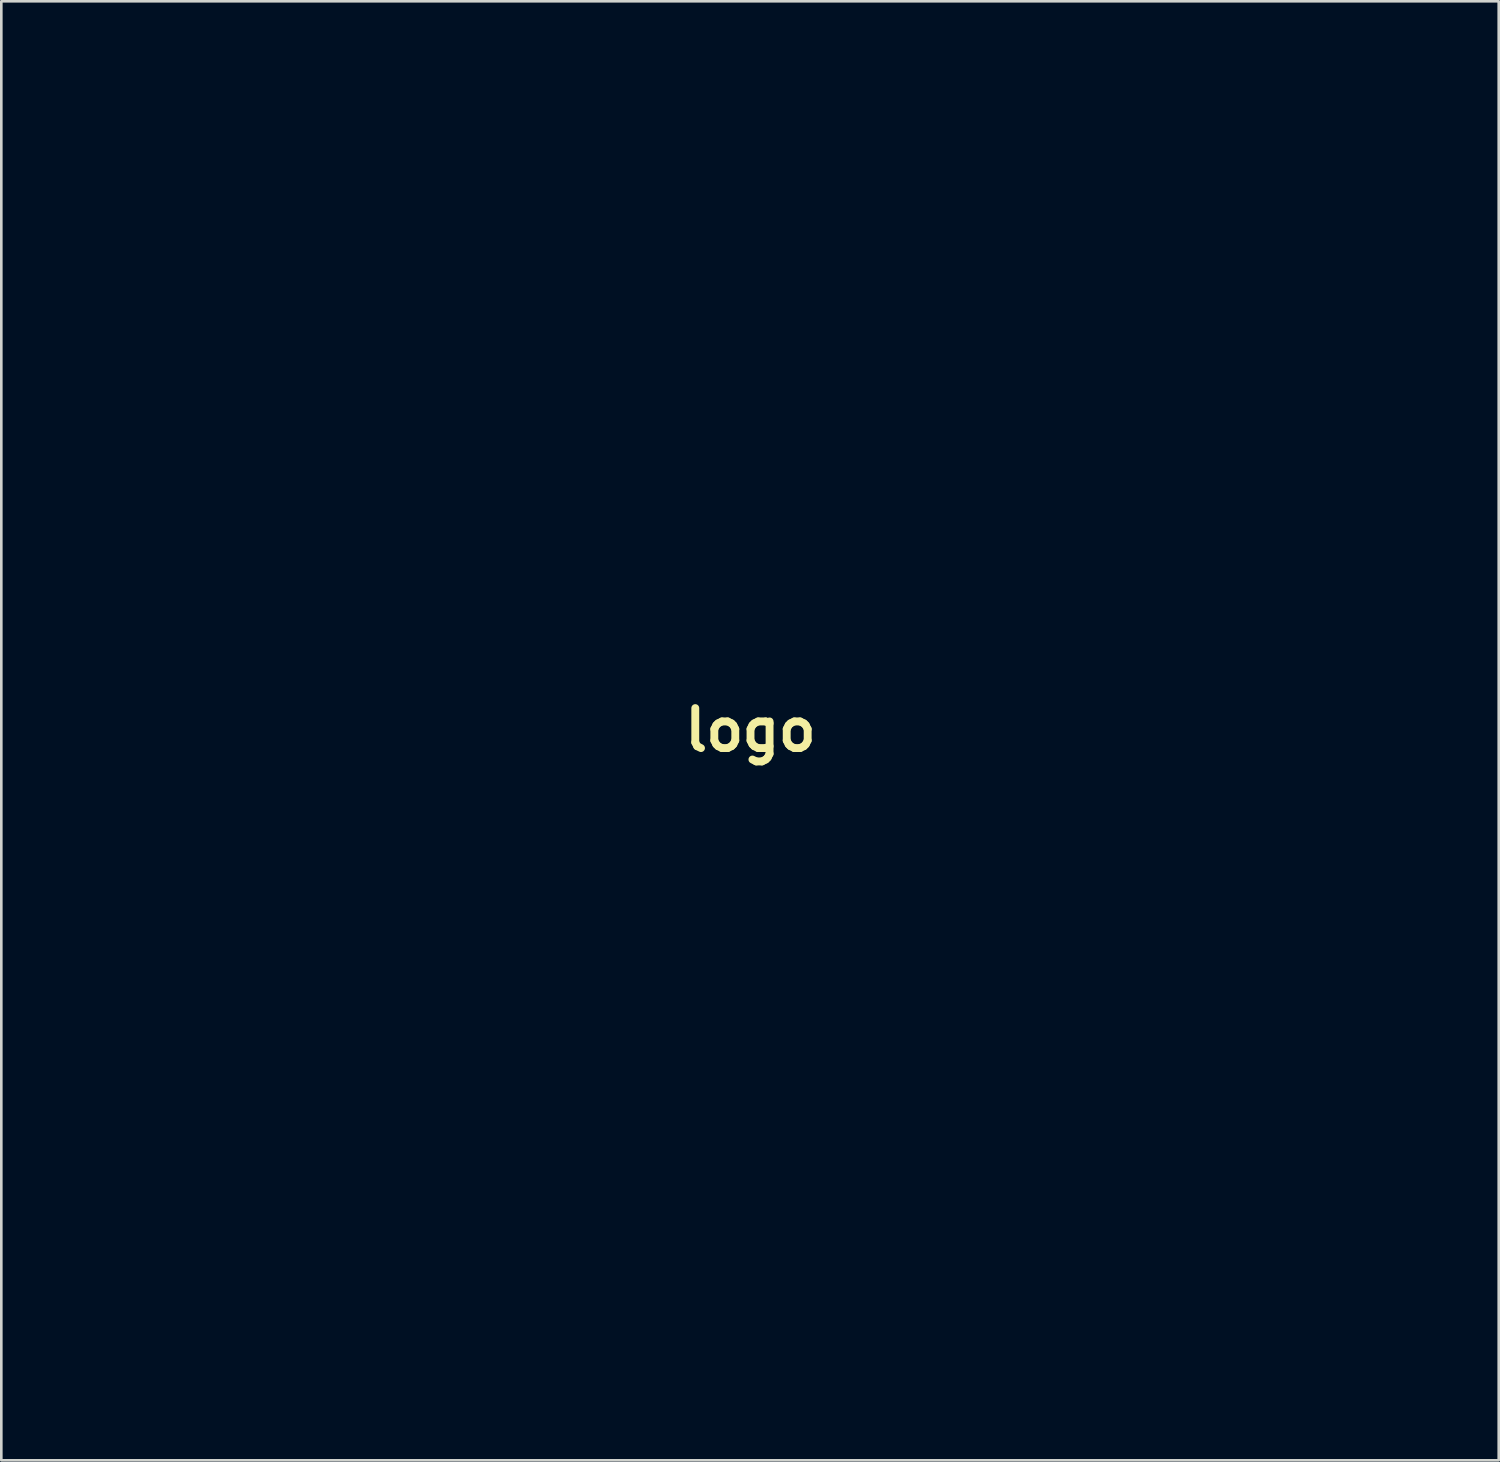
<source format=kicad_pcb>
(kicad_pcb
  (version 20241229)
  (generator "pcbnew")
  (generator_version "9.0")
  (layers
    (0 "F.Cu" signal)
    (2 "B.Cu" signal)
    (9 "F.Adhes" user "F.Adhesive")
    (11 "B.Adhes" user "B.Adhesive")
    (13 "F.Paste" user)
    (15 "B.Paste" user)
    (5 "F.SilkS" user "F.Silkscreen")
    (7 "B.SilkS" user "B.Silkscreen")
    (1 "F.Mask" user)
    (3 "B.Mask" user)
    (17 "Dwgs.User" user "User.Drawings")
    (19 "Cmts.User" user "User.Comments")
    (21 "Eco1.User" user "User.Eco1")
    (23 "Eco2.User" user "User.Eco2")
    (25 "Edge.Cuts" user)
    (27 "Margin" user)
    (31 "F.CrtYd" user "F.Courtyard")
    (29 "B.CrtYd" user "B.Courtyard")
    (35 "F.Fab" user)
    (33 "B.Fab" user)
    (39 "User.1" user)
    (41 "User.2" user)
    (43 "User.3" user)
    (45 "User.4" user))
  (footprint "logo"
    (layer "F.Cu")
    (at 25.545 24.763)
    (property "Reference" "logo" (at 0 0 0) (layer "F.SilkS") (effects (font (size 1.524 1.524) (thickness 0.3))))
    (attr through_hole)
    (fp_poly (pts (xy 17.307 -13.056) (xy 17.281 -13.031) (xy 17.256 -13.056) (xy 17.281 -13.082) (xy 17.307 -13.056)) (stroke (width 0.01) (type solid)) (fill yes) (layer "F.Mask"))
    (fp_poly (pts (xy 7.332 5.703) (xy 7.355 5.803) (xy 7.327 5.908) (xy 7.241 5.946) (xy 7.133 5.928) (xy 7.095 5.883) (xy 7.084 5.757) (xy 7.145 5.675) (xy 7.241 5.659) (xy 7.332 5.703)) (stroke (width 0.01) (type solid)) (fill yes) (layer "F.Mask"))
    (fp_poly (pts (xy -6.956 5.438) (xy -6.898 5.535) (xy -6.902 5.618) (xy -6.971 5.686) (xy -7.07 5.695) (xy -7.149 5.643) (xy -7.159 5.625) (xy -7.168 5.509) (xy -7.12 5.42) (xy -7.058 5.396) (xy -6.956 5.438)) (stroke (width 0.01) (type solid)) (fill yes) (layer "F.Mask"))
    (fp_poly (pts (xy -19.813 21.422) (xy -19.765 21.49) (xy -19.758 21.526) (xy -19.778 21.65) (xy -19.858 21.721) (xy -19.966 21.724) (xy -20.053 21.661) (xy -20.105 21.543) (xy -20.067 21.45) (xy -19.952 21.405) (xy -19.927 21.404) (xy -19.813 21.422)) (stroke (width 0.01) (type solid)) (fill yes) (layer "F.Mask"))
    (fp_poly (pts (xy 3.012 15.024) (xy 3.045 15.082) (xy 3.031 15.186) (xy 2.973 15.282) (xy 2.901 15.321) (xy 2.84 15.287) (xy 2.802 15.248) (xy 2.752 15.133) (xy 2.784 15.037) (xy 2.885 14.991) (xy 2.901 14.991) (xy 3.012 15.024)) (stroke (width 0.01) (type solid)) (fill yes) (layer "F.Mask"))
    (fp_poly (pts (xy 1.746 14.322) (xy 1.89 14.4) (xy 1.959 14.528) (xy 1.95 14.68) (xy 1.857 14.831) (xy 1.851 14.838) (xy 1.733 14.908) (xy 1.609 14.879) (xy 1.527 14.812) (xy 1.437 14.669) (xy 1.449 14.518) (xy 1.518 14.403) (xy 1.617 14.321) (xy 1.736 14.319) (xy 1.746 14.322)) (stroke (width 0.01) (type solid)) (fill yes) (layer "F.Mask"))
    (fp_poly (pts (xy 2.382 14.423) (xy 2.498 14.485) (xy 2.499 14.486) (xy 2.578 14.615) (xy 2.599 14.78) (xy 2.563 14.937) (xy 2.483 15.039) (xy 2.323 15.111) (xy 2.177 15.088) (xy 2.116 15.05) (xy 2.056 14.982) (xy 2.051 14.882) (xy 2.067 14.809) (xy 2.097 14.659) (xy 2.111 14.536) (xy 2.111 14.532) (xy 2.154 14.45) (xy 2.255 14.412) (xy 2.382 14.423)) (stroke (width 0.01) (type solid)) (fill yes) (layer "F.Mask"))
    (fp_poly (pts (xy 3.953 19.171) (xy 3.969 19.244) (xy 3.97 19.305) (xy 3.924 19.551) (xy 3.797 19.768) (xy 3.611 19.937) (xy 3.384 20.037) (xy 3.232 20.055) (xy 2.981 20.009) (xy 2.85 19.941) (xy 2.671 19.769) (xy 2.545 19.549) (xy 2.494 19.32) (xy 2.494 19.305) (xy 2.5 19.204) (xy 2.53 19.155) (xy 2.604 19.154) (xy 2.742 19.199) (xy 2.851 19.241) (xy 3.021 19.299) (xy 3.172 19.336) (xy 3.232 19.343) (xy 3.35 19.324) (xy 3.514 19.277) (xy 3.614 19.241) (xy 3.795 19.173) (xy 3.901 19.149) (xy 3.953 19.171)) (stroke (width 0.01) (type solid)) (fill yes) (layer "F.Mask"))
    (fp_poly (pts (xy -2.816 19.117) (xy -2.707 19.161) (xy -2.514 19.23) (xy -2.329 19.278) (xy -2.214 19.292) (xy -2.07 19.272) (xy -1.88 19.219) (xy -1.722 19.161) (xy -1.526 19.089) (xy -1.406 19.076) (xy -1.349 19.128) (xy -1.343 19.252) (xy -1.357 19.343) (xy -1.441 19.616) (xy -1.581 19.854) (xy -1.738 20.009) (xy -1.892 20.082) (xy -2.094 20.131) (xy -2.301 20.15) (xy -2.468 20.132) (xy -2.494 20.123) (xy -2.736 19.971) (xy -2.924 19.742) (xy -3.047 19.453) (xy -3.072 19.343) (xy -3.088 19.181) (xy -3.059 19.094) (xy -2.972 19.075) (xy -2.816 19.117)) (stroke (width 0.01) (type solid)) (fill yes) (layer "F.Mask"))
    (fp_poly (pts (xy 0.608 17.071) (xy 0.63 17.21) (xy 0.662 17.528) (xy 0.693 17.908) (xy 0.721 18.316) (xy 0.743 18.719) (xy 0.758 19.087) (xy 0.763 19.38) (xy 0.759 19.624) (xy 0.747 19.908) (xy 0.73 20.213) (xy 0.708 20.517) (xy 0.683 20.798) (xy 0.657 21.038) (xy 0.632 21.213) (xy 0.613 21.297) (xy 0.597 21.284) (xy 0.575 21.186) (xy 0.551 21.015) (xy 0.527 20.788) (xy 0.518 20.686) (xy 0.466 19.97) (xy 0.432 19.302) (xy 0.419 18.694) (xy 0.426 18.16) (xy 0.453 17.72) (xy 0.487 17.391) (xy 0.52 17.161) (xy 0.551 17.031) (xy 0.581 17.001) (xy 0.608 17.071)) (stroke (width 0.01) (type solid)) (fill yes) (layer "F.Mask"))
    (fp_poly (pts (xy -16.585 -12.471) (xy -16.546 -11.706) (xy -16.491 -11.025) (xy -16.416 -10.411) (xy -16.318 -9.849) (xy -16.192 -9.32) (xy -16.034 -8.809) (xy -15.84 -8.299) (xy -15.607 -7.772) (xy -15.345 -7.241) (xy -15.211 -6.979) (xy -15.095 -6.751) (xy -15.005 -6.571) (xy -14.947 -6.454) (xy -14.93 -6.414) (xy -14.964 -6.451) (xy -15.047 -6.551) (xy -15.168 -6.698) (xy -15.277 -6.834) (xy -15.703 -7.4) (xy -16.078 -7.972) (xy -16.39 -8.53) (xy -16.629 -9.059) (xy -16.698 -9.245) (xy -16.836 -9.764) (xy -16.92 -10.35) (xy -16.95 -10.987) (xy -16.926 -11.657) (xy -16.848 -12.34) (xy -16.716 -13.02) (xy -16.712 -13.035) (xy -16.622 -13.413) (xy -16.585 -12.471)) (stroke (width 0.01) (type solid)) (fill yes) (layer "F.Mask"))
    (fp_poly (pts (xy 17.237 -12.902) (xy 17.201 -12.759) (xy 17.137 -12.549) (xy 17.048 -12.286) (xy 16.941 -11.982) (xy 16.82 -11.652) (xy 16.689 -11.309) (xy 16.555 -10.966) (xy 16.422 -10.636) (xy 16.295 -10.334) (xy 16.179 -10.072) (xy 16.097 -9.9) (xy 15.838 -9.43) (xy 15.545 -8.985) (xy 15.235 -8.588) (xy 14.924 -8.261) (xy 14.815 -8.164) (xy 14.639 -8.017) (xy 14.845 -8.322) (xy 15.126 -8.772) (xy 15.426 -9.31) (xy 15.746 -9.94) (xy 16.075 -10.638) (xy 16.272 -11.064) (xy 16.463 -11.47) (xy 16.643 -11.846) (xy 16.808 -12.183) (xy 16.953 -12.472) (xy 17.074 -12.703) (xy 17.165 -12.867) (xy 17.222 -12.953) (xy 17.238 -12.964) (xy 17.237 -12.902)) (stroke (width 0.01) (type solid)) (fill yes) (layer "F.Mask"))
    (fp_poly (pts (xy -6.832 4.246) (xy -6.424 4.33) (xy -6.044 4.499) (xy -5.674 4.759) (xy -5.492 4.922) (xy -5.329 5.093) (xy -5.157 5.3) (xy -4.99 5.523) (xy -4.841 5.743) (xy -4.723 5.941) (xy -4.65 6.096) (xy -4.632 6.173) (xy -4.679 6.305) (xy -4.818 6.469) (xy -4.848 6.497) (xy -5.082 6.702) (xy -5.293 6.861) (xy -5.516 6.993) (xy -5.782 7.121) (xy -5.986 7.208) (xy -6.261 7.319) (xy -6.456 7.39) (xy -6.581 7.424) (xy -6.648 7.424) (xy -6.668 7.393) (xy -6.668 7.392) (xy -6.714 7.365) (xy -6.836 7.332) (xy -7.007 7.299) (xy -7.017 7.297) (xy -7.427 7.194) (xy -7.769 7.022) (xy -8.049 6.776) (xy -8.271 6.451) (xy -8.438 6.044) (xy -8.524 5.71) (xy -8.537 5.636) (xy -7.992 5.636) (xy -7.951 5.978) (xy -7.828 6.261) (xy -7.62 6.488) (xy -7.326 6.661) (xy -7.249 6.693) (xy -7.05 6.738) (xy -6.8 6.754) (xy -6.54 6.74) (xy -6.308 6.699) (xy -6.174 6.651) (xy -6.028 6.564) (xy -5.833 6.434) (xy -5.621 6.283) (xy -5.422 6.132) (xy -5.356 6.079) (xy -5.227 5.973) (xy -5.37 5.71) (xy -5.563 5.421) (xy -5.805 5.159) (xy -6.068 4.95) (xy -6.235 4.856) (xy -6.407 4.796) (xy -6.629 4.743) (xy -6.879 4.698) (xy -7.136 4.666) (xy -7.376 4.647) (xy -7.576 4.646) (xy -7.714 4.663) (xy -7.759 4.686) (xy -7.833 4.809) (xy -7.9 5.003) (xy -7.953 5.24) (xy -7.985 5.488) (xy -7.992 5.636) (xy -8.537 5.636) (xy -8.565 5.478) (xy -8.593 5.241) (xy -8.602 5.064) (xy -8.596 4.898) (xy -8.567 4.794) (xy -8.498 4.715) (xy -8.437 4.666) (xy -8.089 4.445) (xy -7.734 4.309) (xy -7.333 4.243) (xy -7.284 4.24) (xy -6.832 4.246)) (stroke (width 0.01) (type solid)) (fill yes) (layer "F.Mask"))
    (fp_poly (pts (xy 7.384 4.164) (xy 7.523 4.204) (xy 7.71 4.274) (xy 7.925 4.365) (xy 8.149 4.468) (xy 8.36 4.574) (xy 8.539 4.672) (xy 8.665 4.754) (xy 8.714 4.804) (xy 8.747 4.943) (xy 8.746 5.158) (xy 8.715 5.429) (xy 8.655 5.737) (xy 8.571 6.062) (xy 8.465 6.385) (xy 8.453 6.418) (xy 8.271 6.769) (xy 8.018 7.053) (xy 7.705 7.265) (xy 7.343 7.397) (xy 6.944 7.443) (xy 6.692 7.427) (xy 6.478 7.379) (xy 6.212 7.287) (xy 5.924 7.166) (xy 5.645 7.029) (xy 5.409 6.891) (xy 5.342 6.844) (xy 5.142 6.669) (xy 4.968 6.465) (xy 4.887 6.331) (xy 5.408 6.331) (xy 5.413 6.35) (xy 5.483 6.418) (xy 5.621 6.521) (xy 5.803 6.643) (xy 6.008 6.771) (xy 6.212 6.89) (xy 6.393 6.988) (xy 6.528 7.049) (xy 6.554 7.057) (xy 6.908 7.105) (xy 7.278 7.056) (xy 7.531 6.97) (xy 7.81 6.803) (xy 8.023 6.576) (xy 8.145 6.336) (xy 8.178 6.149) (xy 8.179 5.917) (xy 8.151 5.666) (xy 8.101 5.421) (xy 8.032 5.207) (xy 7.951 5.05) (xy 7.882 4.984) (xy 7.767 4.956) (xy 7.581 4.963) (xy 7.44 4.982) (xy 7.21 5.015) (xy 6.971 5.047) (xy 6.826 5.065) (xy 6.514 5.134) (xy 6.232 5.274) (xy 5.955 5.497) (xy 5.881 5.571) (xy 5.741 5.731) (xy 5.611 5.909) (xy 5.503 6.083) (xy 5.431 6.231) (xy 5.408 6.331) (xy 4.887 6.331) (xy 4.846 6.264) (xy 4.815 6.183) (xy 4.825 6.066) (xy 4.898 5.893) (xy 5.024 5.681) (xy 5.193 5.446) (xy 5.394 5.204) (xy 5.548 5.038) (xy 5.891 4.733) (xy 6.251 4.492) (xy 6.611 4.324) (xy 6.953 4.24) (xy 6.986 4.236) (xy 7.15 4.214) (xy 7.275 4.182) (xy 7.315 4.163) (xy 7.384 4.164)) (stroke (width 0.01) (type solid)) (fill yes) (layer "F.Mask"))
    (fp_poly (pts (xy -6.39 1.808) (xy -5.758 1.896) (xy -5.148 2.048) (xy -4.569 2.261) (xy -4.028 2.533) (xy -3.536 2.859) (xy -3.1 3.239) (xy -2.73 3.668) (xy -2.435 4.145) (xy -2.223 4.666) (xy -2.21 4.708) (xy -2.13 5.131) (xy -2.12 5.592) (xy -2.177 6.057) (xy -2.274 6.416) (xy -2.51 6.945) (xy -2.834 7.431) (xy -3.242 7.868) (xy -3.728 8.252) (xy -4.286 8.579) (xy -4.911 8.845) (xy -5.372 8.988) (xy -5.584 9.041) (xy -5.778 9.08) (xy -5.978 9.106) (xy -6.212 9.124) (xy -6.504 9.136) (xy -6.744 9.142) (xy -7.185 9.145) (xy -7.54 9.136) (xy -7.825 9.112) (xy -7.998 9.086) (xy -8.404 8.988) (xy -8.849 8.844) (xy -9.29 8.671) (xy -9.684 8.484) (xy -9.766 8.44) (xy -10.08 8.234) (xy -10.403 7.97) (xy -10.714 7.672) (xy -10.991 7.36) (xy -11.212 7.056) (xy -11.317 6.872) (xy -11.488 6.477) (xy -11.594 6.115) (xy -11.644 5.747) (xy -11.645 5.333) (xy -11.644 5.32) (xy -11.568 4.769) (xy -11.397 4.25) (xy -11.132 3.767) (xy -10.775 3.32) (xy -10.682 3.237) (xy -10.194 3.237) (xy -10.063 3.616) (xy -9.99 3.843) (xy -9.933 4.067) (xy -9.889 4.305) (xy -9.855 4.576) (xy -9.83 4.899) (xy -9.81 5.291) (xy -9.797 5.65) (xy -9.783 5.991) (xy -9.763 6.328) (xy -9.739 6.636) (xy -9.713 6.889) (xy -9.69 7.049) (xy -9.631 7.308) (xy -9.552 7.578) (xy -9.463 7.838) (xy -9.371 8.063) (xy -9.285 8.231) (xy -9.225 8.31) (xy -9.135 8.365) (xy -8.98 8.437) (xy -8.793 8.51) (xy -8.781 8.514) (xy -8.07 8.714) (xy -7.334 8.815) (xy -6.575 8.817) (xy -5.825 8.727) (xy -5.128 8.552) (xy -4.466 8.286) (xy -4.282 8.191) (xy -3.976 8.014) (xy -3.733 7.846) (xy -3.562 7.696) (xy -3.473 7.57) (xy -3.461 7.52) (xy -3.474 7.446) (xy -3.508 7.286) (xy -3.563 7.052) (xy -3.633 6.757) (xy -3.718 6.414) (xy -3.812 6.035) (xy -3.877 5.78) (xy -3.991 5.332) (xy -4.082 4.969) (xy -4.153 4.675) (xy -4.206 4.436) (xy -4.246 4.237) (xy -4.273 4.064) (xy -4.291 3.903) (xy -4.303 3.739) (xy -4.311 3.557) (xy -4.315 3.428) (xy -4.338 2.708) (xy -4.727 2.555) (xy -4.956 2.469) (xy -5.192 2.387) (xy -5.386 2.326) (xy -5.396 2.323) (xy -5.932 2.21) (xy -6.523 2.152) (xy -7.136 2.149) (xy -7.738 2.2) (xy -8.299 2.306) (xy -8.321 2.312) (xy -8.616 2.402) (xy -8.939 2.523) (xy -9.267 2.663) (xy -9.572 2.812) (xy -9.831 2.957) (xy -10.017 3.087) (xy -10.022 3.091) (xy -10.194 3.237) (xy -10.682 3.237) (xy -10.328 2.914) (xy -9.793 2.551) (xy -9.556 2.419) (xy -8.951 2.147) (xy -8.323 1.953) (xy -7.681 1.834) (xy -7.033 1.786) (xy -6.39 1.808)) (stroke (width 0.01) (type solid)) (fill yes) (layer "F.Mask"))
    (fp_poly (pts (xy 7.238 2.029) (xy 7.633 2.055) (xy 7.977 2.095) (xy 8.066 2.11) (xy 8.74 2.262) (xy 9.329 2.467) (xy 9.836 2.727) (xy 10.267 3.044) (xy 10.623 3.42) (xy 10.908 3.858) (xy 10.99 4.022) (xy 11.145 4.398) (xy 11.247 4.763) (xy 11.303 5.153) (xy 11.321 5.599) (xy 11.304 6.048) (xy 11.241 6.435) (xy 11.125 6.795) (xy 10.946 7.16) (xy 10.907 7.228) (xy 10.708 7.516) (xy 10.442 7.824) (xy 10.134 8.126) (xy 9.81 8.397) (xy 9.495 8.613) (xy 9.49 8.616) (xy 8.896 8.914) (xy 8.245 9.144) (xy 7.556 9.301) (xy 6.852 9.381) (xy 6.154 9.379) (xy 5.956 9.363) (xy 5.433 9.283) (xy 4.896 9.153) (xy 4.389 8.986) (xy 4.095 8.861) (xy 3.53 8.552) (xy 3.038 8.192) (xy 2.957 8.112) (xy 3.499 8.112) (xy 3.62 8.21) (xy 3.88 8.382) (xy 4.22 8.549) (xy 4.622 8.704) (xy 5.063 8.84) (xy 5.523 8.95) (xy 5.982 9.026) (xy 6.006 9.029) (xy 6.213 9.042) (xy 6.489 9.041) (xy 6.804 9.029) (xy 7.127 9.006) (xy 7.428 8.976) (xy 7.674 8.939) (xy 7.709 8.932) (xy 8.075 8.841) (xy 8.457 8.72) (xy 8.819 8.582) (xy 9.125 8.439) (xy 9.191 8.403) (xy 9.331 8.314) (xy 9.426 8.225) (xy 9.5 8.104) (xy 9.578 7.918) (xy 9.582 7.907) (xy 9.785 7.265) (xy 9.914 6.575) (xy 9.972 5.824) (xy 9.976 5.566) (xy 9.986 5.193) (xy 10.011 4.801) (xy 10.049 4.419) (xy 10.097 4.076) (xy 10.152 3.799) (xy 10.165 3.749) (xy 10.248 3.451) (xy 10.08 3.316) (xy 9.608 2.996) (xy 9.061 2.735) (xy 8.452 2.539) (xy 7.966 2.437) (xy 7.752 2.412) (xy 7.46 2.392) (xy 7.114 2.378) (xy 6.736 2.373) (xy 6.617 2.372) (xy 6.27 2.375) (xy 6.002 2.381) (xy 5.791 2.393) (xy 5.615 2.412) (xy 5.451 2.442) (xy 5.277 2.484) (xy 5.192 2.506) (xy 4.904 2.584) (xy 4.7 2.643) (xy 4.566 2.695) (xy 4.488 2.75) (xy 4.454 2.82) (xy 4.448 2.915) (xy 4.459 3.045) (xy 4.463 3.09) (xy 4.473 3.424) (xy 4.45 3.801) (xy 4.392 4.231) (xy 4.297 4.727) (xy 4.164 5.3) (xy 4.074 5.65) (xy 3.977 6.026) (xy 3.879 6.416) (xy 3.787 6.792) (xy 3.707 7.13) (xy 3.647 7.401) (xy 3.636 7.454) (xy 3.499 8.112) (xy 2.957 8.112) (xy 2.623 7.787) (xy 2.287 7.346) (xy 2.035 6.874) (xy 1.868 6.38) (xy 1.791 5.869) (xy 1.807 5.349) (xy 1.917 4.827) (xy 2.082 4.403) (xy 2.369 3.91) (xy 2.743 3.462) (xy 3.2 3.064) (xy 3.734 2.718) (xy 4.339 2.428) (xy 5.01 2.199) (xy 5.389 2.104) (xy 5.658 2.061) (xy 6.003 2.032) (xy 6.398 2.017) (xy 6.818 2.016) (xy 7.238 2.029)) (stroke (width 0.01) (type solid)) (fill yes) (layer "F.Mask"))
    (fp_poly (pts (xy 0.049 -24.755) (xy 0.604 -24.745) (xy 1.101 -24.727) (xy 1.562 -24.699) (xy 2.009 -24.658) (xy 2.464 -24.604) (xy 2.95 -24.535) (xy 3.461 -24.454) (xy 5.023 -24.145) (xy 6.547 -23.743) (xy 8.032 -23.251) (xy 9.473 -22.673) (xy 10.868 -22.01) (xy 12.213 -21.266) (xy 13.506 -20.443) (xy 14.742 -19.545) (xy 15.92 -18.575) (xy 17.035 -17.534) (xy 18.084 -16.427) (xy 19.064 -15.255) (xy 19.973 -14.023) (xy 20.807 -12.732) (xy 21.562 -11.385) (xy 22.235 -9.986) (xy 22.824 -8.537) (xy 23.325 -7.041) (xy 23.486 -6.483) (xy 23.846 -4.986) (xy 24.11 -3.465) (xy 24.279 -1.927) (xy 24.353 -0.38) (xy 24.331 1.168) (xy 24.213 2.709) (xy 24.001 4.235) (xy 23.692 5.739) (xy 23.443 6.692) (xy 23.27 7.301) (xy 23.48 7.532) (xy 23.575 7.634) (xy 23.728 7.797) (xy 23.926 8.005) (xy 24.155 8.246) (xy 24.404 8.507) (xy 24.556 8.665) (xy 24.884 9.011) (xy 25.142 9.286) (xy 25.33 9.493) (xy 25.449 9.633) (xy 25.501 9.708) (xy 25.488 9.719) (xy 25.47 9.709) (xy 25.412 9.675) (xy 25.284 9.597) (xy 25.104 9.488) (xy 24.887 9.358) (xy 24.815 9.314) (xy 24.327 9.022) (xy 23.909 8.775) (xy 23.564 8.575) (xy 23.295 8.423) (xy 23.103 8.322) (xy 22.993 8.273) (xy 22.967 8.27) (xy 22.939 8.326) (xy 22.883 8.458) (xy 22.808 8.645) (xy 22.722 8.865) (xy 22.506 9.433) (xy 23.692 10.659) (xy 24.082 11.063) (xy 24.404 11.398) (xy 24.663 11.67) (xy 24.863 11.883) (xy 25.007 12.042) (xy 25.101 12.151) (xy 25.147 12.214) (xy 25.151 12.237) (xy 25.116 12.223) (xy 25.095 12.211) (xy 24.799 12.024) (xy 24.476 11.822) (xy 24.136 11.61) (xy 23.79 11.396) (xy 23.449 11.185) (xy 23.124 10.985) (xy 22.826 10.803) (xy 22.566 10.646) (xy 22.355 10.52) (xy 22.205 10.431) (xy 22.126 10.387) (xy 22.117 10.384) (xy 22.087 10.427) (xy 22.02 10.546) (xy 21.925 10.725) (xy 21.81 10.948) (xy 21.74 11.087) (xy 21.587 11.386) (xy 21.42 11.704) (xy 21.258 12.006) (xy 21.118 12.257) (xy 21.097 12.294) (xy 20.964 12.533) (xy 20.883 12.7) (xy 20.848 12.81) (xy 20.855 12.873) (xy 20.856 12.875) (xy 21.035 13.17) (xy 21.206 13.464) (xy 21.361 13.743) (xy 21.494 13.993) (xy 21.595 14.199) (xy 21.658 14.347) (xy 21.675 14.419) (xy 21.646 14.511) (xy 21.59 14.546) (xy 21.498 14.519) (xy 21.362 14.427) (xy 21.176 14.266) (xy 20.931 14.031) (xy 20.928 14.029) (xy 20.382 13.491) (xy 19.948 14.113) (xy 19.513 14.735) (xy 19.93 15.601) (xy 20.097 15.948) (xy 20.282 16.333) (xy 20.467 16.72) (xy 20.634 17.071) (xy 20.71 17.23) (xy 21.072 17.994) (xy 20.831 17.734) (xy 20.729 17.623) (xy 20.571 17.45) (xy 20.37 17.23) (xy 20.14 16.977) (xy 19.893 16.705) (xy 19.729 16.523) (xy 19.453 16.221) (xy 19.238 15.989) (xy 19.074 15.82) (xy 18.956 15.709) (xy 18.876 15.647) (xy 18.827 15.629) (xy 18.808 15.637) (xy 18.755 15.698) (xy 18.648 15.82) (xy 18.503 15.987) (xy 18.334 16.182) (xy 18.286 16.238) (xy 18.079 16.474) (xy 17.861 16.721) (xy 17.657 16.95) (xy 17.495 17.128) (xy 17.167 17.485) (xy 17.321 17.765) (xy 17.476 18.045) (xy 17.251 17.832) (xy 17.027 17.619) (xy 16.441 18.156) (xy 15.206 19.222) (xy 13.924 20.198) (xy 12.596 21.084) (xy 11.223 21.878) (xy 9.807 22.581) (xy 8.349 23.191) (xy 6.852 23.707) (xy 5.316 24.13) (xy 3.743 24.458) (xy 2.135 24.691) (xy 1.68 24.739) (xy 1.466 24.755) (xy 1.171 24.77) (xy 0.814 24.784) (xy 0.414 24.796) (xy -0.011 24.806) (xy -0.44 24.814) (xy -0.857 24.819) (xy -1.241 24.821) (xy -1.573 24.819) (xy -1.835 24.814) (xy -1.96 24.809) (xy -3.582 24.657) (xy -5.176 24.409) (xy -6.738 24.066) (xy -8.267 23.628) (xy -9.759 23.098) (xy -11.21 22.475) (xy -12.62 21.761) (xy -13.985 20.957) (xy -15.301 20.064) (xy -15.78 19.708) (xy -16.406 19.215) (xy -17.009 18.707) (xy -17.616 18.159) (xy -18.186 17.616) (xy -18.434 17.376) (xy -18.619 17.202) (xy -18.754 17.085) (xy -18.846 17.016) (xy -18.906 16.989) (xy -18.944 16.996) (xy -18.954 17.005) (xy -19.014 17.072) (xy -19.123 17.197) (xy -19.265 17.36) (xy -19.385 17.498) (xy -19.532 17.665) (xy -19.65 17.797) (xy -19.727 17.88) (xy -19.75 17.899) (xy -19.73 17.849) (xy -19.675 17.725) (xy -19.593 17.547) (xy -19.503 17.352) (xy -19.378 17.089) (xy -19.303 16.92) (xy -19.139 16.92) (xy -19.137 16.94) (xy -19.127 16.943) (xy -19.098 16.92) (xy -19.042 16.862) (xy -18.951 16.759) (xy -18.831 16.619) (xy -15.435 16.619) (xy -14.653 15.855) (xy -14.388 15.6) (xy -14.116 15.345) (xy -13.856 15.106) (xy -13.627 14.903) (xy -13.449 14.752) (xy -13.438 14.744) (xy -13.288 14.636) (xy -12.639 14.636) (xy -12.601 14.681) (xy -12.501 14.749) (xy -12.324 14.855) (xy -12.313 14.861) (xy -11.36 15.463) (xy -10.388 16.155) (xy -9.405 16.931) (xy -8.421 17.783) (xy -8.077 18.099) (xy -7.449 18.679) (xy -6.882 19.192) (xy -6.366 19.643) (xy -5.891 20.039) (xy -5.447 20.387) (xy -5.026 20.691) (xy -4.618 20.958) (xy -4.212 21.196) (xy -3.801 21.409) (xy -3.373 21.603) (xy -2.919 21.786) (xy -2.43 21.964) (xy -1.896 22.141) (xy -1.756 22.186) (xy -1.315 22.326) (xy -0.96 22.437) (xy -0.677 22.522) (xy -0.456 22.584) (xy -0.283 22.625) (xy -0.149 22.648) (xy -0.039 22.655) (xy 0.057 22.65) (xy 0.151 22.634) (xy 0.223 22.617) (xy 0.372 22.578) (xy 0.595 22.512) (xy 0.869 22.427) (xy 1.172 22.33) (xy 1.428 22.246) (xy 2.539 21.839) (xy 3.567 21.386) (xy 4.524 20.88) (xy 5.421 20.317) (xy 6.269 19.689) (xy 6.281 19.68) (xy 6.46 19.528) (xy 6.695 19.319) (xy 6.967 19.067) (xy 7.261 18.788) (xy 7.561 18.498) (xy 7.788 18.273) (xy 8.481 17.597) (xy 9.14 16.996) (xy 9.782 16.457) (xy 10.425 15.965) (xy 11.087 15.508) (xy 11.785 15.072) (xy 12.537 14.644) (xy 12.753 14.528) (xy 12.96 14.416) (xy 13.129 14.321) (xy 13.244 14.253) (xy 13.285 14.223) (xy 13.243 14.189) (xy 13.132 14.127) (xy 12.978 14.05) (xy 12.806 13.97) (xy 12.641 13.898) (xy 12.51 13.849) (xy 12.505 13.847) (xy 12.368 13.784) (xy 12.19 13.678) (xy 12.007 13.551) (xy 11.993 13.54) (xy 11.846 13.431) (xy 11.73 13.358) (xy 11.615 13.311) (xy 11.471 13.279) (xy 11.27 13.253) (xy 11.144 13.239) (xy 10.815 13.213) (xy 10.559 13.217) (xy 10.349 13.26) (xy 10.16 13.351) (xy 9.965 13.496) (xy 9.809 13.635) (xy 9.622 13.835) (xy 9.471 14.06) (xy 9.343 14.334) (xy 9.224 14.683) (xy 9.216 14.709) (xy 8.98 15.322) (xy 8.646 15.913) (xy 8.601 15.979) (xy 8.516 16.112) (xy 8.434 16.259) (xy 8.349 16.437) (xy 8.253 16.659) (xy 8.14 16.943) (xy 8.002 17.305) (xy 7.967 17.399) (xy 7.899 17.557) (xy 7.806 17.745) (xy 7.698 17.943) (xy 7.588 18.132) (xy 7.486 18.294) (xy 7.403 18.409) (xy 7.351 18.458) (xy 7.343 18.457) (xy 7.344 18.403) (xy 7.358 18.265) (xy 7.382 18.058) (xy 7.415 17.8) (xy 7.452 17.529) (xy 7.542 16.856) (xy 7.608 16.265) (xy 7.65 15.74) (xy 7.668 15.263) (xy 7.661 14.818) (xy 7.629 14.388) (xy 7.571 13.956) (xy 7.488 13.505) (xy 7.378 13.018) (xy 7.331 12.829) (xy 7.243 12.464) (xy 7.183 12.175) (xy 7.15 11.941) (xy 7.141 11.741) (xy 7.152 11.575) (xy 10.907 11.575) (xy 10.919 11.629) (xy 10.978 11.748) (xy 11.073 11.915) (xy 11.194 12.11) (xy 11.328 12.316) (xy 11.467 12.514) (xy 11.473 12.522) (xy 11.687 12.789) (xy 11.925 13.038) (xy 12.163 13.248) (xy 12.378 13.398) (xy 12.432 13.426) (xy 12.578 13.496) (xy 12.781 13.593) (xy 13.004 13.7) (xy 13.082 13.737) (xy 13.445 13.938) (xy 13.858 14.214) (xy 14.309 14.56) (xy 14.791 14.966) (xy 15.293 15.426) (xy 15.728 15.852) (xy 15.896 16.021) (xy 16.036 16.159) (xy 16.135 16.253) (xy 16.177 16.289) (xy 16.177 16.289) (xy 16.162 16.247) (xy 16.108 16.135) (xy 16.023 15.972) (xy 15.954 15.843) (xy 15.622 15.258) (xy 15.279 14.699) (xy 14.93 14.175) (xy 14.584 13.697) (xy 14.247 13.274) (xy 13.926 12.914) (xy 13.704 12.7) (xy 14.211 12.7) (xy 14.568 13.14) (xy 14.725 13.331) (xy 14.835 13.455) (xy 14.913 13.524) (xy 14.977 13.551) (xy 15.041 13.548) (xy 15.085 13.538) (xy 15.226 13.51) (xy 15.417 13.48) (xy 15.551 13.464) (xy 15.758 13.457) (xy 16.01 13.469) (xy 16.267 13.496) (xy 16.491 13.535) (xy 16.617 13.571) (xy 16.684 13.574) (xy 16.696 13.553) (xy 16.652 13.492) (xy 16.531 13.395) (xy 16.344 13.271) (xy 16.107 13.129) (xy 15.831 12.975) (xy 15.547 12.828) (xy 14.984 12.546) (xy 14.598 12.623) (xy 14.211 12.7) (xy 13.704 12.7) (xy 13.629 12.627) (xy 13.363 12.424) (xy 13.315 12.394) (xy 13.215 12.347) (xy 13.044 12.278) (xy 12.817 12.193) (xy 12.551 12.097) (xy 12.262 11.995) (xy 11.965 11.893) (xy 11.676 11.797) (xy 11.411 11.711) (xy 11.187 11.642) (xy 11.019 11.594) (xy 10.923 11.573) (xy 10.907 11.575) (xy 7.152 11.575) (xy 7.153 11.554) (xy 7.175 11.413) (xy 7.249 11.099) (xy 7.355 10.825) (xy 7.511 10.552) (xy 7.677 10.319) (xy 7.79 10.165) (xy 7.869 10.047) (xy 7.903 9.983) (xy 7.9 9.977) (xy 7.834 9.985) (xy 7.7 10.005) (xy 7.559 10.028) (xy 7.301 10.058) (xy 6.971 10.074) (xy 6.598 10.079) (xy 6.211 10.072) (xy 5.84 10.053) (xy 5.514 10.023) (xy 5.373 10.004) (xy 5.066 9.944) (xy 4.726 9.861) (xy 4.381 9.762) (xy 4.063 9.658) (xy 3.8 9.557) (xy 3.698 9.509) (xy 3.574 9.453) (xy 3.492 9.431) (xy 3.479 9.434) (xy 3.47 9.501) (xy 3.486 9.648) (xy 3.521 9.856) (xy 3.572 10.106) (xy 3.634 10.38) (xy 3.705 10.66) (xy 3.78 10.927) (xy 3.831 11.092) (xy 3.908 11.312) (xy 4.008 11.563) (xy 4.135 11.855) (xy 4.293 12.197) (xy 4.487 12.601) (xy 4.722 13.076) (xy 4.916 13.46) (xy 5.214 14.054) (xy 5.468 14.567) (xy 5.681 15.012) (xy 5.856 15.396) (xy 5.997 15.731) (xy 6.107 16.027) (xy 6.191 16.293) (xy 6.25 16.539) (xy 6.29 16.776) (xy 6.314 17.014) (xy 6.324 17.262) (xy 6.325 17.459) (xy 6.303 17.939) (xy 6.234 18.367) (xy 6.108 18.78) (xy 5.916 19.215) (xy 5.87 19.306) (xy 5.73 19.559) (xy 5.586 19.774) (xy 5.411 19.983) (xy 5.194 20.208) (xy 4.964 20.423) (xy 4.722 20.617) (xy 4.454 20.798) (xy 4.142 20.977) (xy 3.77 21.164) (xy 3.322 21.369) (xy 3.181 21.43) (xy 2.922 21.537) (xy 2.613 21.657) (xy 2.268 21.783) (xy 1.904 21.911) (xy 1.535 22.037) (xy 1.177 22.154) (xy 0.844 22.258) (xy 0.553 22.344) (xy 0.318 22.407) (xy 0.154 22.442) (xy 0.1 22.448) (xy -0.033 22.431) (xy -0.245 22.383) (xy -0.522 22.309) (xy -0.846 22.214) (xy -1.201 22.103) (xy -1.573 21.98) (xy -1.945 21.85) (xy -2.214 21.751) (xy -2.61 21.594) (xy -3.029 21.413) (xy -3.447 21.221) (xy -3.843 21.028) (xy -4.193 20.844) (xy -4.473 20.681) (xy -4.516 20.653) (xy -4.991 20.288) (xy -5.391 19.855) (xy -5.714 19.364) (xy -5.955 18.822) (xy -6.11 18.236) (xy -6.175 17.614) (xy -6.176 17.569) (xy -4.061 17.569) (xy -4.055 17.714) (xy -3.972 18.273) (xy -3.797 18.834) (xy -3.541 19.377) (xy -3.211 19.884) (xy -2.856 20.296) (xy -2.461 20.64) (xy -2.009 20.929) (xy -1.486 21.169) (xy -0.883 21.365) (xy -0.662 21.422) (xy -0.331 21.502) (xy -0.076 21.56) (xy 0.128 21.598) (xy 0.304 21.617) (xy 0.477 21.619) (xy 0.671 21.605) (xy 0.91 21.575) (xy 1.217 21.532) (xy 1.255 21.527) (xy 1.819 21.433) (xy 2.299 21.318) (xy 2.714 21.175) (xy 3.08 20.996) (xy 3.415 20.773) (xy 3.737 20.498) (xy 3.848 20.391) (xy 4.071 20.156) (xy 4.238 19.949) (xy 4.374 19.734) (xy 4.472 19.546) (xy 4.653 19.138) (xy 4.776 18.755) (xy 4.849 18.365) (xy 4.878 17.936) (xy 4.875 17.566) (xy 4.862 17.258) (xy 4.844 17.022) (xy 4.815 16.829) (xy 4.771 16.647) (xy 4.708 16.447) (xy 4.708 16.446) (xy 4.471 15.904) (xy 4.139 15.396) (xy 3.711 14.919) (xy 3.187 14.474) (xy 2.959 14.311) (xy 2.401 13.958) (xy 1.881 13.692) (xy 1.386 13.512) (xy 0.907 13.414) (xy 0.43 13.397) (xy -0.054 13.459) (xy -0.557 13.597) (xy -0.611 13.616) (xy -1.296 13.896) (xy -1.916 14.228) (xy -2.467 14.606) (xy -2.943 15.027) (xy -3.341 15.483) (xy -3.656 15.971) (xy -3.884 16.485) (xy -4.02 17.019) (xy -4.061 17.569) (xy -6.176 17.569) (xy -6.177 17.51) (xy -6.172 17.246) (xy -6.151 16.988) (xy -6.112 16.725) (xy -6.052 16.449) (xy -5.966 16.15) (xy -5.852 15.819) (xy -5.706 15.447) (xy -5.526 15.025) (xy -5.308 14.542) (xy -5.048 13.99) (xy -4.744 13.36) (xy -4.683 13.234) (xy -4.423 12.699) (xy -4.205 12.244) (xy -4.024 11.858) (xy -3.876 11.531) (xy -3.757 11.251) (xy -3.663 11.009) (xy -3.588 10.794) (xy -3.528 10.594) (xy -3.48 10.4) (xy -3.445 10.231) (xy -3.399 9.975) (xy -3.362 9.726) (xy -3.336 9.502) (xy -3.323 9.323) (xy -3.324 9.205) (xy -3.342 9.17) (xy -3.342 9.17) (xy -3.403 9.199) (xy -3.534 9.263) (xy -3.715 9.351) (xy -3.871 9.427) (xy -4.484 9.691) (xy -5.112 9.883) (xy -5.775 10.009) (xy -6.493 10.072) (xy -6.94 10.081) (xy -7.747 10.081) (xy -7.565 10.282) (xy -7.337 10.595) (xy -7.158 10.961) (xy -7.038 11.351) (xy -6.987 11.736) (xy -6.997 11.987) (xy -7.023 12.142) (xy -7.069 12.362) (xy -7.126 12.617) (xy -7.177 12.827) (xy -7.288 13.287) (xy -7.372 13.678) (xy -7.431 14.026) (xy -7.471 14.36) (xy -7.494 14.707) (xy -7.504 15.094) (xy -7.505 15.271) (xy -7.502 15.648) (xy -7.491 15.988) (xy -7.467 16.322) (xy -7.43 16.683) (xy -7.377 17.103) (xy -7.361 17.219) (xy -7.319 17.536) (xy -7.284 17.818) (xy -7.26 18.05) (xy -7.246 18.216) (xy -7.245 18.302) (xy -7.247 18.31) (xy -7.304 18.303) (xy -7.394 18.233) (xy -7.497 18.12) (xy -7.592 17.987) (xy -7.652 17.876) (xy -7.705 17.746) (xy -7.782 17.553) (xy -7.87 17.329) (xy -7.919 17.205) (xy -7.991 17.029) (xy -8.102 16.78) (xy -8.241 16.475) (xy -8.402 16.132) (xy -8.576 15.767) (xy -8.755 15.399) (xy -8.755 15.398) (xy -9.034 14.841) (xy -9.279 14.377) (xy -9.49 14.004) (xy -9.67 13.72) (xy -9.819 13.522) (xy -9.94 13.409) (xy -9.963 13.395) (xy -10.056 13.364) (xy -10.219 13.328) (xy -10.418 13.295) (xy -10.457 13.289) (xy -10.657 13.263) (xy -10.782 13.254) (xy -10.855 13.267) (xy -10.901 13.304) (xy -10.933 13.348) (xy -11.001 13.433) (xy -11.123 13.566) (xy -11.278 13.726) (xy -11.377 13.825) (xy -11.603 14.034) (xy -11.805 14.183) (xy -12.014 14.297) (xy -12.098 14.334) (xy -12.289 14.417) (xy -12.457 14.498) (xy -12.567 14.558) (xy -12.57 14.561) (xy -12.625 14.6) (xy -12.639 14.636) (xy -13.288 14.636) (xy -13.075 14.483) (xy -12.662 14.237) (xy -12.445 14.126) (xy -12.074 13.932) (xy -11.775 13.738) (xy -11.523 13.523) (xy -11.292 13.267) (xy -11.158 13.094) (xy -11.013 12.888) (xy -10.875 12.677) (xy -10.755 12.478) (xy -10.662 12.309) (xy -10.608 12.189) (xy -10.601 12.135) (xy -10.655 12.143) (xy -10.79 12.18) (xy -10.992 12.241) (xy -11.246 12.322) (xy -11.537 12.419) (xy -11.613 12.444) (xy -12.029 12.59) (xy -12.364 12.719) (xy -12.633 12.839) (xy -12.854 12.961) (xy -13.042 13.092) (xy -13.213 13.242) (xy -13.381 13.415) (xy -13.664 13.75) (xy -13.971 14.157) (xy -14.29 14.616) (xy -14.605 15.105) (xy -14.902 15.603) (xy -15.167 16.088) (xy -15.231 16.212) (xy -15.435 16.619) (xy -18.831 16.619) (xy -18.815 16.601) (xy -18.626 16.379) (xy -18.527 16.263) (xy -18.307 16.012) (xy -18.042 15.725) (xy -17.747 15.413) (xy -17.433 15.09) (xy -17.114 14.769) (xy -16.802 14.462) (xy -16.509 14.182) (xy -16.25 13.942) (xy -16.036 13.754) (xy -15.907 13.65) (xy -15.691 13.502) (xy -15.689 13.501) (xy -15.395 13.501) (xy -15.04 13.592) (xy -14.832 13.649) (xy -14.637 13.711) (xy -14.507 13.759) (xy -14.331 13.823) (xy -14.206 13.824) (xy -14.098 13.752) (xy -13.994 13.629) (xy -13.872 13.48) (xy -13.712 13.298) (xy -13.555 13.13) (xy -13.282 12.847) (xy -14.043 12.667) (xy -14.311 12.879) (xy -14.489 13.006) (xy -14.716 13.147) (xy -14.947 13.276) (xy -14.987 13.296) (xy -15.395 13.501) (xy -15.689 13.501) (xy -15.429 13.342) (xy -15.167 13.197) (xy -15.092 13.158) (xy -14.701 12.937) (xy -14.328 12.664) (xy -13.959 12.328) (xy -13.582 11.916) (xy -13.228 11.476) (xy -13.088 11.288) (xy -12.936 11.073) (xy -12.78 10.846) (xy -12.633 10.625) (xy -12.504 10.423) (xy -12.403 10.259) (xy -12.341 10.146) (xy -12.328 10.103) (xy -12.382 10.112) (xy -12.509 10.158) (xy -12.692 10.231) (xy -12.912 10.326) (xy -12.934 10.336) (xy -13.166 10.439) (xy -13.466 10.569) (xy -13.808 10.717) (xy -14.165 10.871) (xy -14.513 11.019) (xy -14.532 11.028) (xy -14.845 11.162) (xy -15.137 11.292) (xy -15.392 11.408) (xy -15.591 11.504) (xy -15.719 11.571) (xy -15.74 11.583) (xy -16.015 11.799) (xy -16.319 12.103) (xy -16.647 12.489) (xy -16.992 12.949) (xy -17.349 13.478) (xy -17.437 13.616) (xy -17.53 13.771) (xy -17.653 13.989) (xy -17.799 14.257) (xy -17.963 14.562) (xy -18.137 14.893) (xy -18.316 15.235) (xy -18.492 15.578) (xy -18.66 15.907) (xy -18.812 16.211) (xy -18.943 16.477) (xy -19.045 16.692) (xy -19.113 16.843) (xy -19.139 16.918) (xy -19.139 16.92) (xy -19.303 16.92) (xy -19.291 16.894) (xy -19.245 16.746) (xy -19.243 16.622) (xy -19.289 16.501) (xy -19.385 16.36) (xy -19.535 16.177) (xy -19.709 15.972) (xy -19.909 15.732) (xy -20.105 15.493) (xy -20.278 15.279) (xy -20.412 15.111) (xy -20.452 15.059) (xy -20.575 14.912) (xy -20.689 14.799) (xy -20.769 14.746) (xy -20.77 14.746) (xy -20.854 14.679) (xy -20.87 14.616) (xy -20.897 14.541) (xy -20.973 14.398) (xy -21.088 14.203) (xy -21.233 13.972) (xy -21.373 13.758) (xy -21.534 13.513) (xy -19.951 13.513) (xy -19.927 13.507) (xy -19.869 13.466) (xy -19.772 13.384) (xy -19.63 13.258) (xy -19.438 13.081) (xy -19.189 12.85) (xy -18.879 12.558) (xy -18.502 12.202) (xy -18.442 12.146) (xy -18.436 12.14) (xy -17.962 12.14) (xy -17.787 12.749) (xy -17.72 12.988) (xy -17.665 13.193) (xy -17.627 13.345) (xy -17.612 13.422) (xy -17.612 13.423) (xy -17.598 13.484) (xy -17.589 13.489) (xy -17.553 13.449) (xy -17.473 13.341) (xy -17.358 13.181) (xy -17.222 12.985) (xy -17.21 12.967) (xy -17.043 12.729) (xy -16.864 12.489) (xy -16.698 12.278) (xy -16.591 12.15) (xy -16.47 12.008) (xy -16.386 11.896) (xy -16.354 11.833) (xy -16.355 11.828) (xy -16.41 11.79) (xy -16.529 11.716) (xy -16.689 11.621) (xy -16.728 11.598) (xy -16.889 11.506) (xy -17.01 11.452) (xy -17.113 11.443) (xy -17.218 11.483) (xy -17.347 11.577) (xy -17.52 11.732) (xy -17.622 11.826) (xy -17.962 12.14) (xy -18.436 12.14) (xy -17.922 11.664) (xy -17.454 11.25) (xy -17.04 10.904) (xy -16.683 10.63) (xy -16.386 10.43) (xy -16.204 10.329) (xy -15.887 10.155) (xy -15.569 9.932) (xy -15.234 9.647) (xy -14.865 9.288) (xy -14.834 9.256) (xy -14.661 9.071) (xy -14.461 8.846) (xy -14.247 8.599) (xy -14.032 8.346) (xy -13.831 8.101) (xy -13.656 7.882) (xy -13.522 7.705) (xy -13.44 7.585) (xy -13.434 7.575) (xy -13.46 7.562) (xy -13.573 7.59) (xy -13.776 7.66) (xy -14.069 7.771) (xy -14.453 7.924) (xy -14.571 7.971) (xy -15.081 8.18) (xy -15.508 8.357) (xy -15.861 8.508) (xy -16.151 8.64) (xy -16.388 8.759) (xy -16.584 8.87) (xy -16.748 8.98) (xy -16.891 9.095) (xy -17.024 9.221) (xy -17.156 9.363) (xy -17.3 9.529) (xy -17.338 9.575) (xy -17.631 9.933) (xy -17.923 10.314) (xy -18.221 10.727) (xy -18.532 11.183) (xy -18.862 11.693) (xy -19.219 12.265) (xy -19.609 12.912) (xy -19.92 13.438) (xy -19.947 13.488) (xy -19.951 13.513) (xy -21.534 13.513) (xy -21.578 13.446) (xy -21.799 13.096) (xy -22.016 12.745) (xy -22.206 12.428) (xy -22.269 12.318) (xy -22.405 12.081) (xy -22.523 11.877) (xy -22.614 11.721) (xy -22.669 11.629) (xy -22.68 11.612) (xy -22.727 11.631) (xy -22.843 11.698) (xy -23.015 11.802) (xy -23.226 11.935) (xy -23.349 12.015) (xy -23.587 12.168) (xy -23.804 12.308) (xy -23.98 12.421) (xy -24.099 12.496) (xy -24.127 12.514) (xy -24.169 12.539) (xy -24.196 12.553) (xy -24.201 12.547) (xy -24.178 12.514) (xy -24.121 12.446) (xy -24.021 12.334) (xy -23.874 12.171) (xy -23.671 11.948) (xy -23.407 11.659) (xy -23.404 11.656) (xy -22.916 11.121) (xy -22.996 10.969) (xy -23.047 10.865) (xy -23.063 10.832) (xy -22.148 10.832) (xy -22.142 10.832) (xy -22.065 10.785) (xy -21.915 10.693) (xy -21.704 10.564) (xy -21.446 10.406) (xy -21.154 10.227) (xy -20.89 10.065) (xy -20.198 9.643) (xy -20.03 9.542) (xy -19.394 9.542) (xy -19.393 9.798) (xy -19.363 10.131) (xy -19.282 10.497) (xy -19.162 10.846) (xy -19.106 10.971) (xy -18.972 11.245) (xy -18.622 10.74) (xy -18.273 10.234) (xy -18.419 9.991) (xy -18.526 9.794) (xy -18.625 9.577) (xy -18.658 9.493) (xy -18.712 9.348) (xy -18.751 9.247) (xy -18.763 9.221) (xy -18.811 9.234) (xy -18.923 9.287) (xy -19.076 9.368) (xy -19.085 9.372) (xy -19.394 9.542) (xy -20.03 9.542) (xy -19.584 9.275) (xy -19.04 8.959) (xy -18.561 8.69) (xy -18.14 8.467) (xy -17.771 8.284) (xy -17.447 8.139) (xy -17.163 8.029) (xy -16.912 7.95) (xy -16.874 7.94) (xy -16.462 7.81) (xy -16.034 7.624) (xy -15.576 7.375) (xy -15.07 7.056) (xy -15.041 7.036) (xy -14.847 6.902) (xy -14.622 6.738) (xy -14.379 6.557) (xy -14.13 6.368) (xy -13.983 6.253) (xy -12.365 6.253) (xy -12.358 6.423) (xy -12.335 6.668) (xy -12.287 6.87) (xy -12.202 7.083) (xy -12.152 7.188) (xy -11.879 7.63) (xy -11.515 8.045) (xy -11.071 8.427) (xy -10.554 8.772) (xy -9.974 9.075) (xy -9.34 9.331) (xy -8.66 9.534) (xy -7.945 9.679) (xy -7.61 9.725) (xy -7.284 9.747) (xy -6.892 9.748) (xy -6.47 9.73) (xy -6.052 9.695) (xy -5.672 9.645) (xy -5.553 9.624) (xy -5.111 9.526) (xy -4.717 9.41) (xy -4.33 9.261) (xy -3.905 9.065) (xy -3.894 9.06) (xy -3.321 8.733) (xy -2.817 8.352) (xy -2.387 7.925) (xy -2.036 7.459) (xy -1.77 6.961) (xy -1.593 6.438) (xy -1.511 5.897) (xy -1.506 5.726) (xy -1.508 5.675) (xy 1.178 5.675) (xy 1.2 6.065) (xy 1.256 6.434) (xy 1.316 6.668) (xy 1.532 7.178) (xy 1.839 7.658) (xy 2.227 8.103) (xy 2.689 8.507) (xy 3.217 8.866) (xy 3.802 9.172) (xy 4.436 9.422) (xy 5.11 9.608) (xy 5.816 9.726) (xy 5.956 9.741) (xy 6.222 9.753) (xy 6.556 9.749) (xy 6.926 9.731) (xy 7.297 9.701) (xy 7.639 9.662) (xy 7.887 9.62) (xy 12.946 9.62) (xy 12.963 9.659) (xy 13.027 9.763) (xy 13.124 9.914) (xy 13.181 9.998) (xy 13.522 10.474) (xy 13.901 10.952) (xy 14.292 11.401) (xy 14.67 11.789) (xy 14.7 11.817) (xy 14.935 12.033) (xy 15.14 12.197) (xy 15.35 12.336) (xy 15.603 12.475) (xy 15.739 12.544) (xy 16.209 12.802) (xy 16.689 13.12) (xy 17.187 13.501) (xy 17.709 13.952) (xy 18.262 14.479) (xy 18.854 15.088) (xy 19.091 15.343) (xy 19.308 15.578) (xy 19.501 15.785) (xy 19.66 15.954) (xy 19.774 16.073) (xy 19.833 16.132) (xy 19.839 16.136) (xy 19.823 16.093) (xy 19.766 15.973) (xy 19.677 15.791) (xy 19.562 15.56) (xy 19.428 15.293) (xy 19.418 15.274) (xy 18.969 14.426) (xy 18.528 13.66) (xy 18.097 12.981) (xy 17.68 12.391) (xy 17.278 11.896) (xy 17.052 11.652) (xy 16.823 11.425) (xy 16.785 11.391) (xy 17.292 11.391) (xy 17.512 11.653) (xy 17.636 11.794) (xy 17.722 11.858) (xy 17.793 11.842) (xy 17.873 11.742) (xy 17.961 11.599) (xy 18.071 11.415) (xy 17.791 11.176) (xy 17.512 10.938) (xy 17.292 11.391) (xy 16.785 11.391) (xy 16.628 11.251) (xy 16.441 11.113) (xy 16.235 10.994) (xy 15.987 10.878) (xy 15.668 10.747) (xy 15.652 10.74) (xy 15.432 10.652) (xy 15.142 10.533) (xy 14.807 10.395) (xy 14.451 10.247) (xy 14.098 10.099) (xy 14.029 10.07) (xy 13.723 9.941) (xy 13.45 9.826) (xy 13.223 9.732) (xy 13.055 9.663) (xy 12.961 9.626) (xy 12.946 9.62) (xy 7.887 9.62) (xy 7.893 9.62) (xy 8.596 9.443) (xy 9.26 9.208) (xy 9.874 8.923) (xy 10.43 8.591) (xy 10.919 8.221) (xy 11.331 7.816) (xy 11.658 7.383) (xy 11.797 7.134) (xy 13.718 7.134) (xy 13.739 7.182) (xy 13.817 7.292) (xy 13.942 7.452) (xy 14.102 7.65) (xy 14.288 7.872) (xy 14.489 8.106) (xy 14.693 8.338) (xy 14.89 8.557) (xy 15.069 8.75) (xy 15.174 8.858) (xy 15.553 9.222) (xy 15.897 9.515) (xy 16.227 9.752) (xy 16.562 9.949) (xy 16.717 10.026) (xy 16.941 10.147) (xy 17.201 10.315) (xy 17.503 10.533) (xy 17.85 10.805) (xy 18.248 11.134) (xy 18.7 11.524) (xy 19.21 11.978) (xy 19.784 12.5) (xy 20.183 12.869) (xy 20.387 13.059) (xy 20.564 13.222) (xy 20.701 13.346) (xy 20.784 13.421) (xy 20.805 13.437) (xy 20.786 13.397) (xy 20.728 13.292) (xy 20.642 13.142) (xy 20.629 13.12) (xy 20.281 12.541) (xy 19.913 11.957) (xy 19.534 11.383) (xy 19.154 10.832) (xy 18.782 10.315) (xy 18.427 9.848) (xy 18.098 9.441) (xy 17.974 9.3) (xy 18.412 9.3) (xy 18.683 9.638) (xy 18.807 9.791) (xy 18.904 9.908) (xy 18.959 9.971) (xy 18.966 9.977) (xy 18.996 9.937) (xy 19.068 9.828) (xy 19.171 9.669) (xy 19.259 9.531) (xy 19.409 9.292) (xy 19.509 9.124) (xy 19.556 9.008) (xy 19.551 8.928) (xy 19.494 8.865) (xy 19.384 8.801) (xy 19.247 8.732) (xy 19.07 8.647) (xy 18.927 8.583) (xy 18.843 8.553) (xy 18.835 8.552) (xy 18.789 8.594) (xy 18.715 8.707) (xy 18.625 8.869) (xy 18.597 8.926) (xy 18.412 9.3) (xy 17.974 9.3) (xy 17.806 9.11) (xy 17.751 9.052) (xy 17.538 8.838) (xy 17.353 8.674) (xy 17.171 8.541) (xy 16.963 8.422) (xy 16.704 8.299) (xy 16.492 8.206) (xy 16.25 8.105) (xy 15.966 7.988) (xy 15.652 7.862) (xy 15.322 7.732) (xy 14.99 7.602) (xy 14.67 7.478) (xy 14.375 7.365) (xy 14.119 7.269) (xy 13.915 7.195) (xy 13.777 7.149) (xy 13.719 7.134) (xy 13.718 7.134) (xy 11.797 7.134) (xy 11.8 7.129) (xy 11.935 6.795) (xy 12.005 6.458) (xy 12.009 6.106) (xy 11.944 5.726) (xy 11.811 5.302) (xy 11.769 5.203) (xy 13.582 5.203) (xy 13.598 5.239) (xy 13.684 5.325) (xy 13.83 5.45) (xy 14.024 5.607) (xy 14.253 5.786) (xy 14.506 5.977) (xy 14.771 6.172) (xy 15.037 6.361) (xy 15.29 6.535) (xy 15.321 6.556) (xy 15.921 6.93) (xy 16.475 7.223) (xy 16.993 7.439) (xy 17.383 7.559) (xy 17.704 7.66) (xy 18.102 7.819) (xy 18.575 8.033) (xy 19.118 8.301) (xy 19.726 8.619) (xy 20.396 8.986) (xy 21.123 9.4) (xy 21.903 9.858) (xy 22.549 10.248) (xy 22.776 10.385) (xy 22.97 10.5) (xy 23.117 10.585) (xy 23.199 10.629) (xy 23.211 10.634) (xy 23.184 10.6) (xy 23.092 10.505) (xy 22.947 10.358) (xy 22.757 10.169) (xy 22.532 9.947) (xy 22.346 9.765) (xy 21.561 9.01) (xy 20.833 8.331) (xy 20.163 7.728) (xy 19.551 7.203) (xy 18.999 6.755) (xy 18.506 6.385) (xy 18.075 6.094) (xy 17.774 5.922) (xy 18.481 5.922) (xy 18.561 5.996) (xy 18.6 6.025) (xy 18.702 6.102) (xy 18.859 6.223) (xy 19.048 6.369) (xy 19.185 6.476) (xy 19.362 6.615) (xy 19.507 6.727) (xy 19.602 6.799) (xy 19.631 6.82) (xy 19.618 6.778) (xy 19.575 6.669) (xy 19.529 6.558) (xy 19.474 6.435) (xy 19.416 6.346) (xy 19.335 6.273) (xy 19.208 6.198) (xy 19.015 6.102) (xy 18.962 6.077) (xy 18.731 5.972) (xy 18.57 5.911) (xy 18.485 5.894) (xy 18.481 5.922) (xy 17.774 5.922) (xy 17.705 5.883) (xy 17.637 5.85) (xy 17.527 5.798) (xy 17.426 5.755) (xy 17.321 5.718) (xy 17.2 5.684) (xy 17.052 5.652) (xy 16.864 5.618) (xy 16.624 5.581) (xy 16.321 5.538) (xy 15.942 5.487) (xy 15.475 5.426) (xy 15.434 5.42) (xy 15.017 5.366) (xy 14.631 5.318) (xy 14.288 5.276) (xy 14 5.242) (xy 13.778 5.218) (xy 13.635 5.205) (xy 13.582 5.203) (xy 11.769 5.203) (xy 11.608 4.821) (xy 11.579 4.76) (xy 11.213 4.104) (xy 10.843 3.608) (xy 14.088 3.608) (xy 14.115 3.645) (xy 14.217 3.721) (xy 14.378 3.829) (xy 14.583 3.959) (xy 14.818 4.102) (xy 15.067 4.248) (xy 15.315 4.389) (xy 15.548 4.516) (xy 15.703 4.595) (xy 16.052 4.755) (xy 16.429 4.906) (xy 16.804 5.038) (xy 17.147 5.138) (xy 17.383 5.19) (xy 17.729 5.262) (xy 18.077 5.359) (xy 18.446 5.489) (xy 18.855 5.66) (xy 19.324 5.877) (xy 19.477 5.952) (xy 19.765 6.096) (xy 20.124 6.283) (xy 20.534 6.5) (xy 20.979 6.739) (xy 21.441 6.989) (xy 21.901 7.242) (xy 22.342 7.487) (xy 22.746 7.714) (xy 23.094 7.914) (xy 23.338 8.059) (xy 23.492 8.15) (xy 23.607 8.216) (xy 23.661 8.244) (xy 23.662 8.244) (xy 23.637 8.21) (xy 23.556 8.117) (xy 23.432 7.981) (xy 23.314 7.852) (xy 22.99 7.513) (xy 22.61 7.133) (xy 22.188 6.724) (xy 21.738 6.3) (xy 21.274 5.873) (xy 20.81 5.456) (xy 20.36 5.061) (xy 19.939 4.702) (xy 19.56 4.392) (xy 19.241 4.145) (xy 18.86 3.868) (xy 18.542 3.651) (xy 18.269 3.486) (xy 18.026 3.366) (xy 17.798 3.286) (xy 17.568 3.237) (xy 17.322 3.213) (xy 17.094 3.208) (xy 16.813 3.213) (xy 16.517 3.227) (xy 16.253 3.248) (xy 16.152 3.26) (xy 15.846 3.303) (xy 15.521 3.351) (xy 15.195 3.402) (xy 14.883 3.453) (xy 14.601 3.501) (xy 14.366 3.544) (xy 14.193 3.578) (xy 14.099 3.602) (xy 14.088 3.608) (xy 10.843 3.608) (xy 10.773 3.515) (xy 10.263 2.996) (xy 9.691 2.552) (xy 9.06 2.189) (xy 8.379 1.91) (xy 7.879 1.77) (xy 7.505 1.706) (xy 7.062 1.667) (xy 6.582 1.653) (xy 6.093 1.664) (xy 5.627 1.7) (xy 5.214 1.761) (xy 5.155 1.773) (xy 4.418 1.969) (xy 3.757 2.225) (xy 3.159 2.548) (xy 2.616 2.944) (xy 2.138 3.394) (xy 1.751 3.871) (xy 1.456 4.385) (xy 1.256 4.93) (xy 1.241 4.988) (xy 1.191 5.304) (xy 1.178 5.675) (xy -1.508 5.675) (xy -1.521 5.334) (xy -1.577 4.99) (xy -1.682 4.652) (xy -1.839 4.296) (xy -2.045 3.95) (xy -1.586 3.95) (xy -1.585 4.004) (xy -1.549 4.123) (xy -1.488 4.28) (xy -1.403 4.456) (xy -1.336 4.546) (xy -1.278 4.562) (xy -1.275 4.561) (xy -1.188 4.531) (xy -1.039 4.478) (xy -0.891 4.424) (xy -0.646 4.354) (xy -0.379 4.32) (xy -0.153 4.313) (xy 0.085 4.32) (xy 0.293 4.346) (xy 0.503 4.399) (xy 0.751 4.486) (xy 0.927 4.555) (xy 0.985 4.557) (xy 1.042 4.5) (xy 1.113 4.369) (xy 1.143 4.301) (xy 1.207 4.143) (xy 1.244 4.023) (xy 1.247 3.971) (xy 1.172 3.927) (xy 1.012 3.887) (xy 0.785 3.851) (xy 0.508 3.823) (xy 0.198 3.805) (xy -0.128 3.798) (xy -0.178 3.798) (xy -0.5 3.805) (xy -0.815 3.823) (xy -1.103 3.85) (xy -1.343 3.884) (xy -1.515 3.922) (xy -1.586 3.95) (xy -2.045 3.95) (xy -2.138 3.794) (xy -2.522 3.335) (xy -2.979 2.922) (xy -3.501 2.561) (xy -4.078 2.253) (xy -4.7 2.003) (xy -5.358 1.814) (xy -6.041 1.69) (xy -6.74 1.633) (xy -7.445 1.649) (xy -8.147 1.74) (xy -8.579 1.836) (xy -9.245 2.061) (xy -9.859 2.372) (xy -10.419 2.768) (xy -10.924 3.246) (xy -11.37 3.804) (xy -11.755 4.439) (xy -12.078 5.149) (xy -12.2 5.488) (xy -12.282 5.741) (xy -12.333 5.932) (xy -12.359 6.092) (xy -12.365 6.253) (xy -13.983 6.253) (xy -13.889 6.18) (xy -13.668 6.004) (xy -13.481 5.851) (xy -13.34 5.73) (xy -13.258 5.651) (xy -13.243 5.626) (xy -13.296 5.629) (xy -13.437 5.645) (xy -13.657 5.672) (xy -13.942 5.709) (xy -14.281 5.754) (xy -14.663 5.806) (xy -15.001 5.852) (xy -15.498 5.922) (xy -15.908 5.981) (xy -16.242 6.034) (xy -16.515 6.085) (xy -16.738 6.138) (xy -16.924 6.195) (xy -17.087 6.262) (xy -17.24 6.342) (xy -17.395 6.439) (xy -17.565 6.556) (xy -17.701 6.653) (xy -18.045 6.911) (xy -18.415 7.21) (xy -18.82 7.558) (xy -19.264 7.959) (xy -19.756 8.421) (xy -20.301 8.948) (xy -20.819 9.46) (xy -21.129 9.771) (xy -21.41 10.055) (xy -21.656 10.305) (xy -21.859 10.515) (xy -22.014 10.678) (xy -22.112 10.786) (xy -22.148 10.832) (xy -23.063 10.832) (xy -23.129 10.691) (xy -23.231 10.471) (xy -23.341 10.229) (xy -23.351 10.207) (xy -23.454 9.979) (xy -23.542 9.787) (xy -23.607 9.649) (xy -23.64 9.583) (xy -23.642 9.58) (xy -23.69 9.597) (xy -23.804 9.66) (xy -23.965 9.755) (xy -24.083 9.828) (xy -24.264 9.939) (xy -24.378 10) (xy -24.423 10.005) (xy -24.399 9.95) (xy -24.306 9.832) (xy -24.144 9.646) (xy -24.067 9.559) (xy -23.778 9.235) (xy -24.029 8.55) (xy -24.029 8.549) (xy -22.678 8.549) (xy -22.676 8.552) (xy -22.622 8.527) (xy -22.498 8.458) (xy -22.318 8.355) (xy -22.098 8.226) (xy -21.972 8.15) (xy -21.304 7.754) (xy -20.939 7.542) (xy -19.852 7.542) (xy -19.848 7.725) (xy -19.831 7.843) (xy -19.791 7.897) (xy -19.716 7.884) (xy -19.597 7.803) (xy -19.425 7.653) (xy -19.226 7.47) (xy -19.04 7.291) (xy -18.918 7.157) (xy -18.845 7.049) (xy -18.807 6.947) (xy -18.798 6.902) (xy -18.767 6.702) (xy -19.042 6.857) (xy -19.25 6.973) (xy -19.475 7.098) (xy -19.584 7.158) (xy -19.733 7.243) (xy -19.813 7.311) (xy -19.845 7.391) (xy -19.852 7.516) (xy -19.852 7.542) (xy -20.939 7.542) (xy -20.66 7.38) (xy -20.05 7.034) (xy -19.481 6.72) (xy -18.963 6.443) (xy -18.504 6.208) (xy -18.114 6.019) (xy -17.816 5.889) (xy -17.563 5.797) (xy -17.287 5.714) (xy -17.041 5.656) (xy -17.001 5.649) (xy -16.465 5.523) (xy -15.882 5.314) (xy -15.261 5.027) (xy -14.608 4.664) (xy -14.235 4.431) (xy -13.999 4.272) (xy -13.853 4.158) (xy -13.795 4.089) (xy -13.803 4.069) (xy -13.881 4.046) (xy -14.042 4.012) (xy -14.269 3.969) (xy -14.543 3.921) (xy -14.846 3.872) (xy -15.161 3.823) (xy -15.47 3.777) (xy -15.755 3.738) (xy -15.979 3.711) (xy -16.242 3.688) (xy -16.506 3.675) (xy -16.732 3.673) (xy -16.819 3.677) (xy -17.062 3.72) (xy -17.331 3.813) (xy -17.63 3.959) (xy -17.965 4.162) (xy -18.34 4.426) (xy -18.76 4.754) (xy -19.23 5.149) (xy -19.755 5.615) (xy -20.339 6.155) (xy -20.446 6.255) (xy -20.682 6.481) (xy -20.939 6.732) (xy -21.207 6.997) (xy -21.478 7.269) (xy -21.742 7.537) (xy -21.99 7.792) (xy -22.214 8.025) (xy -22.404 8.227) (xy -22.55 8.388) (xy -22.645 8.498) (xy -22.678 8.549) (xy -24.029 8.549) (xy -24.527 7.047) (xy -24.926 5.527) (xy -25.084 4.717) (xy -19.29 4.717) (xy -19.266 4.719) (xy -19.182 4.657) (xy -19.177 4.654) (xy -19.082 4.58) (xy -18.932 4.464) (xy -18.75 4.323) (xy -18.647 4.243) (xy -18.453 4.096) (xy -18.271 3.962) (xy -18.126 3.861) (xy -18.074 3.828) (xy -17.997 3.769) (xy -17.925 3.684) (xy -17.848 3.556) (xy -17.757 3.367) (xy -17.641 3.099) (xy -17.639 3.095) (xy -17.544 2.873) (xy -12.216 2.873) (xy -12.199 2.97) (xy -12.166 3.003) (xy -12.124 2.961) (xy -12.115 2.904) (xy -12.138 2.807) (xy -12.166 2.774) (xy -12.203 2.792) (xy -12.216 2.873) (xy -17.544 2.873) (xy -17.407 2.554) (xy -17.173 2.027) (xy -16.945 1.529) (xy -16.729 1.074) (xy -16.533 0.677) (xy -16.364 0.352) (xy -16.288 0.217) (xy -16.135 -0.049) (xy -15.868 0.155) (xy -15.734 0.245) (xy -15.53 0.369) (xy -15.277 0.513) (xy -14.995 0.667) (xy -14.762 0.789) (xy -14.385 0.988) (xy -14.054 1.18) (xy -13.745 1.382) (xy -13.437 1.607) (xy -13.108 1.871) (xy -12.737 2.19) (xy -12.631 2.283) (xy -12.257 2.615) (xy -12.446 2.236) (xy -12.633 1.887) (xy -12.834 1.56) (xy -13.034 1.273) (xy -13.222 1.045) (xy -13.385 0.892) (xy -13.395 0.885) (xy -13.535 0.789) (xy -13.731 0.661) (xy -13.952 0.521) (xy -14.084 0.439) (xy -14.454 0.186) (xy -14.733 -0.063) (xy -14.929 -0.324) (xy -15.052 -0.609) (xy -15.11 -0.932) (xy -15.118 -1.127) (xy -15.071 -1.548) (xy -14.932 -1.928) (xy -14.699 -2.266) (xy -14.698 -2.267) (xy -14.422 -2.511) (xy -14.107 -2.671) (xy -13.77 -2.747) (xy -13.428 -2.739) (xy -13.097 -2.646) (xy -12.794 -2.469) (xy -12.613 -2.301) (xy -12.483 -2.145) (xy -12.373 -1.982) (xy -12.278 -1.799) (xy -12.195 -1.583) (xy -12.118 -1.319) (xy -12.043 -0.994) (xy -11.965 -0.595) (xy -11.886 -0.143) (xy -11.813 0.279) (xy -11.75 0.618) (xy -11.691 0.89) (xy -11.633 1.111) (xy -11.571 1.299) (xy -11.5 1.47) (xy -11.417 1.642) (xy -11.395 1.682) (xy -11.302 1.841) (xy -11.18 2.022) (xy -11.047 2.203) (xy -10.919 2.364) (xy -10.812 2.482) (xy -10.745 2.535) (xy -10.684 2.514) (xy -10.568 2.445) (xy -10.427 2.344) (xy -10 2.064) (xy -9.501 1.811) (xy -8.959 1.597) (xy -8.402 1.435) (xy -8.093 1.37) (xy -7.898 1.345) (xy -7.631 1.325) (xy -7.322 1.311) (xy -7.002 1.304) (xy -6.923 1.304) (xy -6.401 1.317) (xy -5.942 1.356) (xy -5.506 1.428) (xy -5.056 1.537) (xy -4.708 1.642) (xy -4.494 1.708) (xy -4.315 1.762) (xy -4.194 1.796) (xy -4.156 1.805) (xy -4.112 1.763) (xy -4.056 1.656) (xy -4.034 1.603) (xy -3.989 1.491) (xy -3.912 1.304) (xy -3.811 1.063) (xy -3.694 0.787) (xy -3.587 0.534) (xy -3.383 0.047) (xy -3.222 -0.37) (xy -3.099 -0.734) (xy -3.01 -1.066) (xy -2.951 -1.385) (xy -2.918 -1.709) (xy -2.907 -2.059) (xy -2.913 -2.453) (xy -2.915 -2.529) (xy -2.933 -2.88) (xy -2.964 -3.201) (xy -3.012 -3.511) (xy -3.082 -3.828) (xy -3.178 -4.172) (xy -3.305 -4.562) (xy -3.466 -5.015) (xy -3.562 -5.274) (xy -3.679 -5.588) (xy -3.787 -5.889) (xy -3.88 -6.156) (xy -3.952 -6.37) (xy -3.994 -6.51) (xy -3.995 -6.515) (xy -4.095 -7.083) (xy -4.101 -7.652) (xy -4.012 -8.225) (xy -3.826 -8.81) (xy -3.543 -9.411) (xy -3.397 -9.665) (xy -3.098 -10.124) (xy -2.804 -10.494) (xy -2.502 -10.787) (xy -2.181 -11.013) (xy -1.828 -11.185) (xy -1.785 -11.202) (xy -1.687 -11.234) (xy -1.576 -11.259) (xy -1.437 -11.276) (xy -1.255 -11.288) (xy -1.012 -11.295) (xy -0.693 -11.299) (xy -0.449 -11.3) (xy -0.067 -11.299) (xy 0.336 -11.293) (xy 0.729 -11.283) (xy 1.081 -11.271) (xy 1.351 -11.257) (xy 1.69 -11.231) (xy 1.963 -11.196) (xy 2.189 -11.141) (xy 2.381 -11.055) (xy 2.557 -10.93) (xy 2.732 -10.755) (xy 2.921 -10.518) (xy 3.141 -10.212) (xy 3.269 -10.028) (xy 3.563 -9.58) (xy 3.792 -9.181) (xy 3.965 -8.811) (xy 4.091 -8.449) (xy 4.178 -8.073) (xy 4.222 -7.789) (xy 4.247 -7.51) (xy 4.25 -7.237) (xy 4.227 -6.956) (xy 4.175 -6.654) (xy 4.091 -6.317) (xy 3.973 -5.933) (xy 3.817 -5.488) (xy 3.62 -4.969) (xy 3.547 -4.782) (xy 3.302 -4.09) (xy 3.133 -3.446) (xy 3.037 -2.833) (xy 3.012 -2.237) (xy 3.045 -1.73) (xy 3.093 -1.382) (xy 3.158 -1.047) (xy 3.248 -0.707) (xy 3.369 -0.341) (xy 3.526 0.07) (xy 3.726 0.546) (xy 3.769 0.647) (xy 3.893 0.934) (xy 4.002 1.191) (xy 4.089 1.402) (xy 4.148 1.553) (xy 4.173 1.629) (xy 4.174 1.632) (xy 4.211 1.667) (xy 4.263 1.655) (xy 4.464 1.589) (xy 4.738 1.519) (xy 5.057 1.45) (xy 5.393 1.389) (xy 5.718 1.341) (xy 5.881 1.323) (xy 6.693 1.289) (xy 7.475 1.35) (xy 8.223 1.507) (xy 8.936 1.757) (xy 9.61 2.101) (xy 10.164 2.477) (xy 10.609 2.817) (xy 10.743 2.672) (xy 13.146 2.672) (xy 13.15 2.777) (xy 13.161 2.804) (xy 13.168 2.787) (xy 13.177 2.665) (xy 13.169 2.584) (xy 13.155 2.556) (xy 13.147 2.617) (xy 13.146 2.672) (xy 10.743 2.672) (xy 10.975 2.423) (xy 11.23 2.127) (xy 11.44 1.827) (xy 11.613 1.506) (xy 11.755 1.146) (xy 11.876 0.729) (xy 11.981 0.238) (xy 12.037 -0.076) (xy 12.131 -0.609) (xy 12.222 -1.051) (xy 12.315 -1.414) (xy 12.412 -1.71) (xy 12.518 -1.949) (xy 12.635 -2.143) (xy 12.725 -2.257) (xy 12.986 -2.498) (xy 13.277 -2.651) (xy 13.62 -2.729) (xy 13.724 -2.738) (xy 14.052 -2.737) (xy 14.318 -2.678) (xy 14.55 -2.551) (xy 14.776 -2.345) (xy 14.798 -2.322) (xy 15.013 -2.042) (xy 15.152 -1.748) (xy 15.225 -1.412) (xy 15.242 -1.069) (xy 15.218 -0.739) (xy 15.146 -0.458) (xy 15.013 -0.21) (xy 14.812 0.019) (xy 14.531 0.244) (xy 14.197 0.457) (xy 13.884 0.657) (xy 13.659 0.834) (xy 13.513 0.997) (xy 13.441 1.138) (xy 13.407 1.261) (xy 13.368 1.435) (xy 13.329 1.635) (xy 13.294 1.834) (xy 13.267 2.008) (xy 13.253 2.131) (xy 13.255 2.175) (xy 13.29 2.148) (xy 13.357 2.058) (xy 13.388 2.009) (xy 13.514 1.846) (xy 13.693 1.68) (xy 13.936 1.505) (xy 14.254 1.313) (xy 14.657 1.098) (xy 14.719 1.067) (xy 15.173 0.818) (xy 15.539 0.575) (xy 15.829 0.328) (xy 16.058 0.066) (xy 16.105 0) (xy 16.192 -0.127) (xy 16.317 0.025) (xy 16.447 0.216) (xy 16.586 0.482) (xy 16.737 0.83) (xy 16.902 1.264) (xy 17.084 1.792) (xy 17.108 1.866) (xy 17.429 2.842) (xy 17.643 2.874) (xy 17.785 2.912) (xy 17.982 2.986) (xy 18.2 3.083) (xy 18.294 3.129) (xy 18.509 3.237) (xy 18.645 3.291) (xy 18.713 3.284) (xy 18.727 3.21) (xy 18.698 3.062) (xy 18.659 2.913) (xy 18.481 2.415) (xy 18.213 1.911) (xy 17.864 1.418) (xy 17.699 1.222) (xy 17.575 1.059) (xy 17.479 0.873) (xy 17.394 0.629) (xy 17.373 0.56) (xy 17.14 -0.084) (xy 16.825 -0.667) (xy 16.639 -0.934) (xy 16.375 -1.282) (xy 16.558 -1.646) (xy 16.659 -1.871) (xy 16.747 -2.111) (xy 16.804 -2.315) (xy 16.804 -2.316) (xy 16.855 -2.705) (xy 16.865 -3.177) (xy 16.835 -3.721) (xy 16.765 -4.328) (xy 16.705 -4.708) (xy 16.628 -5.167) (xy 16.567 -5.545) (xy 16.518 -5.864) (xy 16.48 -6.142) (xy 16.449 -6.4) (xy 16.423 -6.658) (xy 16.4 -6.935) (xy 16.393 -7.015) (xy 16.373 -7.325) (xy 16.371 -7.552) (xy 16.39 -7.715) (xy 16.434 -7.829) (xy 16.505 -7.914) (xy 16.574 -7.965) (xy 16.651 -8.027) (xy 16.658 -8.092) (xy 16.617 -8.182) (xy 16.583 -8.325) (xy 16.59 -8.513) (xy 16.631 -8.717) (xy 16.698 -8.909) (xy 16.782 -9.06) (xy 16.876 -9.141) (xy 16.887 -9.144) (xy 16.936 -9.175) (xy 16.964 -9.249) (xy 16.976 -9.39) (xy 16.978 -9.509) (xy 17.006 -9.817) (xy 17.091 -10.052) (xy 17.239 -10.225) (xy 17.332 -10.289) (xy 17.441 -10.361) (xy 17.476 -10.426) (xy 17.457 -10.521) (xy 17.451 -10.539) (xy 17.431 -10.712) (xy 17.468 -10.908) (xy 17.55 -11.1) (xy 17.663 -11.264) (xy 17.792 -11.372) (xy 17.898 -11.402) (xy 18.014 -11.402) (xy 17.911 -11.633) (xy 17.861 -11.755) (xy 17.837 -11.853) (xy 17.838 -11.963) (xy 17.863 -12.117) (xy 17.892 -12.257) (xy 17.981 -12.677) (xy 18.05 -13.013) (xy 18.101 -13.28) (xy 18.137 -13.494) (xy 18.16 -13.669) (xy 18.174 -13.82) (xy 18.18 -13.962) (xy 18.18 -13.981) (xy 18.178 -14.196) (xy 18.159 -14.336) (xy 18.119 -14.427) (xy 18.097 -14.454) (xy 17.931 -14.572) (xy 17.68 -14.658) (xy 17.357 -14.711) (xy 17.001 -14.725) (xy 16.699 -14.714) (xy 16.381 -14.684) (xy 16.036 -14.632) (xy 15.656 -14.555) (xy 15.228 -14.452) (xy 14.743 -14.32) (xy 14.191 -14.156) (xy 13.561 -13.958) (xy 13.136 -13.821) (xy 12.758 -13.698) (xy 12.381 -13.579) (xy 12.027 -13.469) (xy 11.714 -13.374) (xy 11.463 -13.3) (xy 11.326 -13.263) (xy 11.073 -13.193) (xy 10.823 -13.117) (xy 10.613 -13.048) (xy 10.537 -13.02) (xy 10.032 -12.775) (xy 9.545 -12.453) (xy 9.103 -12.072) (xy 8.731 -11.654) (xy 8.671 -11.572) (xy 8.528 -11.387) (xy 8.423 -11.288) (xy 8.355 -11.269) (xy 8.255 -11.291) (xy 8.103 -11.317) (xy 8.042 -11.325) (xy 7.755 -11.383) (xy 7.489 -11.467) (xy 7.277 -11.565) (xy 7.204 -11.613) (xy 7.068 -11.754) (xy 6.967 -11.943) (xy 6.893 -12.199) (xy 6.854 -12.412) (xy 6.795 -12.798) (xy 6.467 -12.355) (xy 6.332 -12.179) (xy 6.218 -12.044) (xy 6.138 -11.963) (xy 6.107 -11.949) (xy 6.076 -12.009) (xy 6.015 -12.142) (xy 5.934 -12.329) (xy 5.852 -12.522) (xy 5.627 -13.056) (xy 5.589 -12.796) (xy 5.551 -12.568) (xy 5.504 -12.418) (xy 5.43 -12.323) (xy 5.311 -12.259) (xy 5.128 -12.204) (xy 5.126 -12.203) (xy 4.871 -12.142) (xy 4.692 -12.12) (xy 4.57 -12.136) (xy 4.486 -12.192) (xy 4.457 -12.228) (xy 4.394 -12.384) (xy 4.385 -12.604) (xy 4.427 -12.899) (xy 4.451 -13.005) (xy 4.487 -13.166) (xy 4.508 -13.281) (xy 4.511 -13.321) (xy 4.468 -13.3) (xy 4.366 -13.234) (xy 4.248 -13.151) (xy 4.023 -13.003) (xy 3.775 -12.865) (xy 3.53 -12.748) (xy 3.312 -12.665) (xy 3.147 -12.625) (xy 3.119 -12.624) (xy 3.042 -12.627) (xy 2.991 -12.646) (xy 2.962 -12.695) (xy 2.956 -12.791) (xy 2.969 -12.947) (xy 3 -13.18) (xy 3.031 -13.386) (xy 3.069 -13.669) (xy 3.08 -13.857) (xy 3.058 -13.954) (xy 2.997 -13.963) (xy 2.892 -13.889) (xy 2.736 -13.737) (xy 2.658 -13.653) (xy 2.459 -13.454) (xy 2.307 -13.33) (xy 2.206 -13.285) (xy 2.204 -13.285) (xy 2.122 -13.297) (xy 2.063 -13.344) (xy 2.014 -13.449) (xy 1.958 -13.633) (xy 1.957 -13.635) (xy 1.92 -13.75) (xy 1.894 -13.79) (xy 1.887 -13.769) (xy 1.848 -13.626) (xy 1.755 -13.446) (xy 1.63 -13.259) (xy 1.492 -13.098) (xy 1.384 -13.006) (xy 1.207 -12.917) (xy 1.005 -12.855) (xy 0.958 -12.847) (xy 0.8 -12.838) (xy 0.697 -12.871) (xy 0.644 -12.959) (xy 0.635 -13.114) (xy 0.665 -13.349) (xy 0.684 -13.457) (xy 0.735 -13.739) (xy 0.757 -13.926) (xy 0.744 -14.023) (xy 0.691 -14.036) (xy 0.589 -13.968) (xy 0.433 -13.824) (xy 0.325 -13.718) (xy 0.121 -13.53) (xy -0.039 -13.422) (xy -0.166 -13.387) (xy -0.274 -13.422) (xy -0.325 -13.465) (xy -0.391 -13.57) (xy -0.455 -13.731) (xy -0.5 -13.904) (xy -0.513 -13.998) (xy -0.534 -13.99) (xy -0.587 -13.904) (xy -0.664 -13.758) (xy -0.713 -13.655) (xy -0.877 -13.36) (xy -1.048 -13.157) (xy -1.234 -13.048) (xy -1.439 -13.032) (xy -1.669 -13.108) (xy -1.931 -13.277) (xy -2.23 -13.538) (xy -2.285 -13.592) (xy -2.44 -13.743) (xy -2.566 -13.859) (xy -2.647 -13.928) (xy -2.668 -13.939) (xy -2.692 -13.887) (xy -2.741 -13.763) (xy -2.806 -13.594) (xy -2.819 -13.561) (xy -2.951 -13.245) (xy -3.091 -12.977) (xy -3.229 -12.769) (xy -3.356 -12.638) (xy -3.416 -12.605) (xy -3.619 -12.585) (xy -3.829 -12.659) (xy -4.035 -12.82) (xy -4.226 -13.063) (xy -4.264 -13.125) (xy -4.344 -13.256) (xy -4.388 -13.307) (xy -4.409 -13.288) (xy -4.419 -13.234) (xy -4.497 -12.926) (xy -4.65 -12.687) (xy -4.879 -12.516) (xy -5.162 -12.417) (xy -5.376 -12.383) (xy -5.511 -12.405) (xy -5.578 -12.489) (xy -5.589 -12.644) (xy -5.581 -12.724) (xy -5.555 -12.893) (xy -5.527 -13.036) (xy -5.518 -13.069) (xy -5.512 -13.163) (xy -5.556 -13.186) (xy -5.638 -13.143) (xy -5.74 -13.04) (xy -5.794 -12.967) (xy -5.966 -12.744) (xy -6.107 -12.616) (xy -6.216 -12.585) (xy -6.231 -12.59) (xy -6.306 -12.659) (xy -6.399 -12.804) (xy -6.498 -13.005) (xy -6.593 -13.241) (xy -6.612 -13.295) (xy -6.694 -13.535) (xy -6.701 -13.089) (xy -6.714 -12.794) (xy -6.751 -12.572) (xy -6.824 -12.399) (xy -6.95 -12.248) (xy -7.142 -12.092) (xy -7.313 -11.974) (xy -7.667 -11.741) (xy -7.959 -11.561) (xy -8.209 -11.426) (xy -8.437 -11.327) (xy -8.661 -11.255) (xy -8.902 -11.202) (xy -9.142 -11.164) (xy -9.683 -11.105) (xy -10.217 -11.079) (xy -10.72 -11.086) (xy -11.169 -11.124) (xy -11.511 -11.187) (xy -11.885 -11.292) (xy -12.276 -11.426) (xy -12.667 -11.579) (xy -13.039 -11.743) (xy -13.376 -11.912) (xy -13.659 -12.075) (xy -13.871 -12.227) (xy -13.955 -12.306) (xy -14.071 -12.442) (xy -14.195 -12.604) (xy -14.334 -12.805) (xy -14.497 -13.055) (xy -14.691 -13.367) (xy -14.923 -13.751) (xy -15.038 -13.944) (xy -15.319 -14.408) (xy -15.56 -14.786) (xy -15.768 -15.086) (xy -15.951 -15.314) (xy -16.114 -15.475) (xy -16.265 -15.575) (xy -16.41 -15.621) (xy -16.555 -15.619) (xy -16.707 -15.575) (xy -16.779 -15.544) (xy -16.953 -15.426) (xy -17.144 -15.24) (xy -17.327 -15.013) (xy -17.48 -14.77) (xy -17.497 -14.737) (xy -17.675 -14.333) (xy -17.809 -13.898) (xy -17.905 -13.414) (xy -17.966 -12.864) (xy -17.991 -12.379) (xy -18.006 -12.014) (xy -18.03 -11.734) (xy -18.066 -11.521) (xy -18.119 -11.358) (xy -18.192 -11.227) (xy -18.279 -11.12) (xy -18.425 -10.966) (xy -18.318 -10.688) (xy -18.254 -10.464) (xy -18.207 -10.19) (xy -18.181 -9.897) (xy -18.178 -9.619) (xy -18.198 -9.389) (xy -18.221 -9.296) (xy -18.299 -9.123) (xy -18.405 -8.963) (xy -18.409 -8.958) (xy -18.536 -8.807) (xy -18.429 -8.657) (xy -18.271 -8.351) (xy -18.187 -7.989) (xy -18.177 -7.589) (xy -18.241 -7.164) (xy -18.381 -6.732) (xy -18.394 -6.701) (xy -18.442 -6.579) (xy -18.447 -6.53) (xy -18.41 -6.531) (xy -18.397 -6.535) (xy -18.268 -6.534) (xy -18.138 -6.435) (xy -18.013 -6.241) (xy -17.99 -6.193) (xy -17.89 -5.89) (xy -17.887 -5.613) (xy -17.983 -5.355) (xy -18.11 -5.179) (xy -18.158 -5.112) (xy -18.126 -5.092) (xy -18.08 -5.09) (xy -17.996 -5.07) (xy -17.932 -5) (xy -17.885 -4.868) (xy -17.848 -4.66) (xy -17.819 -4.364) (xy -17.818 -4.359) (xy -17.792 -4.107) (xy -17.755 -3.887) (xy -17.715 -3.727) (xy -17.696 -3.68) (xy -17.636 -3.55) (xy -17.559 -3.367) (xy -17.493 -3.2) (xy -17.276 -2.693) (xy -16.987 -2.137) (xy -16.787 -1.793) (xy -16.534 -1.371) (xy -16.85 -0.837) (xy -16.997 -0.577) (xy -17.146 -0.298) (xy -17.274 -0.037) (xy -17.343 0.115) (xy -17.51 0.503) (xy -17.651 0.812) (xy -17.776 1.06) (xy -17.893 1.264) (xy -18.012 1.441) (xy -18.118 1.578) (xy -18.256 1.755) (xy -18.372 1.92) (xy -18.473 2.087) (xy -18.563 2.273) (xy -18.651 2.491) (xy -18.741 2.757) (xy -18.84 3.085) (xy -18.954 3.489) (xy -19.016 3.716) (xy -19.094 4) (xy -19.164 4.254) (xy -19.221 4.461) (xy -19.26 4.602) (xy -19.275 4.654) (xy -19.29 4.717) (xy -25.084 4.717) (xy -25.226 3.994) (xy -25.428 2.452) (xy -25.533 0.906) (xy -25.54 -0.64) (xy -25.45 -2.181) (xy -25.263 -3.714) (xy -24.981 -5.234) (xy -24.603 -6.737) (xy -24.129 -8.218) (xy -23.561 -9.673) (xy -22.898 -11.097) (xy -22.142 -12.487) (xy -21.962 -12.789) (xy -21.108 -14.103) (xy -20.175 -15.355) (xy -19.167 -16.544) (xy -18.088 -17.664) (xy -16.942 -18.714) (xy -15.734 -19.691) (xy -14.467 -20.591) (xy -13.147 -21.412) (xy -11.776 -22.15) (xy -10.359 -22.803) (xy -8.901 -23.368) (xy -7.404 -23.841) (xy -6.108 -24.169) (xy -5.279 -24.344) (xy -4.5 -24.484) (xy -3.744 -24.592) (xy -2.987 -24.671) (xy -2.202 -24.723) (xy -1.365 -24.751) (xy -0.585 -24.758) (xy 0.049 -24.755)) (stroke (width 0.01) (type solid)) (fill yes) (layer "F.Mask")))
  (gr_rect
    (start -3 -3)
    (end 54.051 52.589)
    (stroke (width 0.1) (type default))
    (fill no)
    (layer "Edge.Cuts")))
</source>
